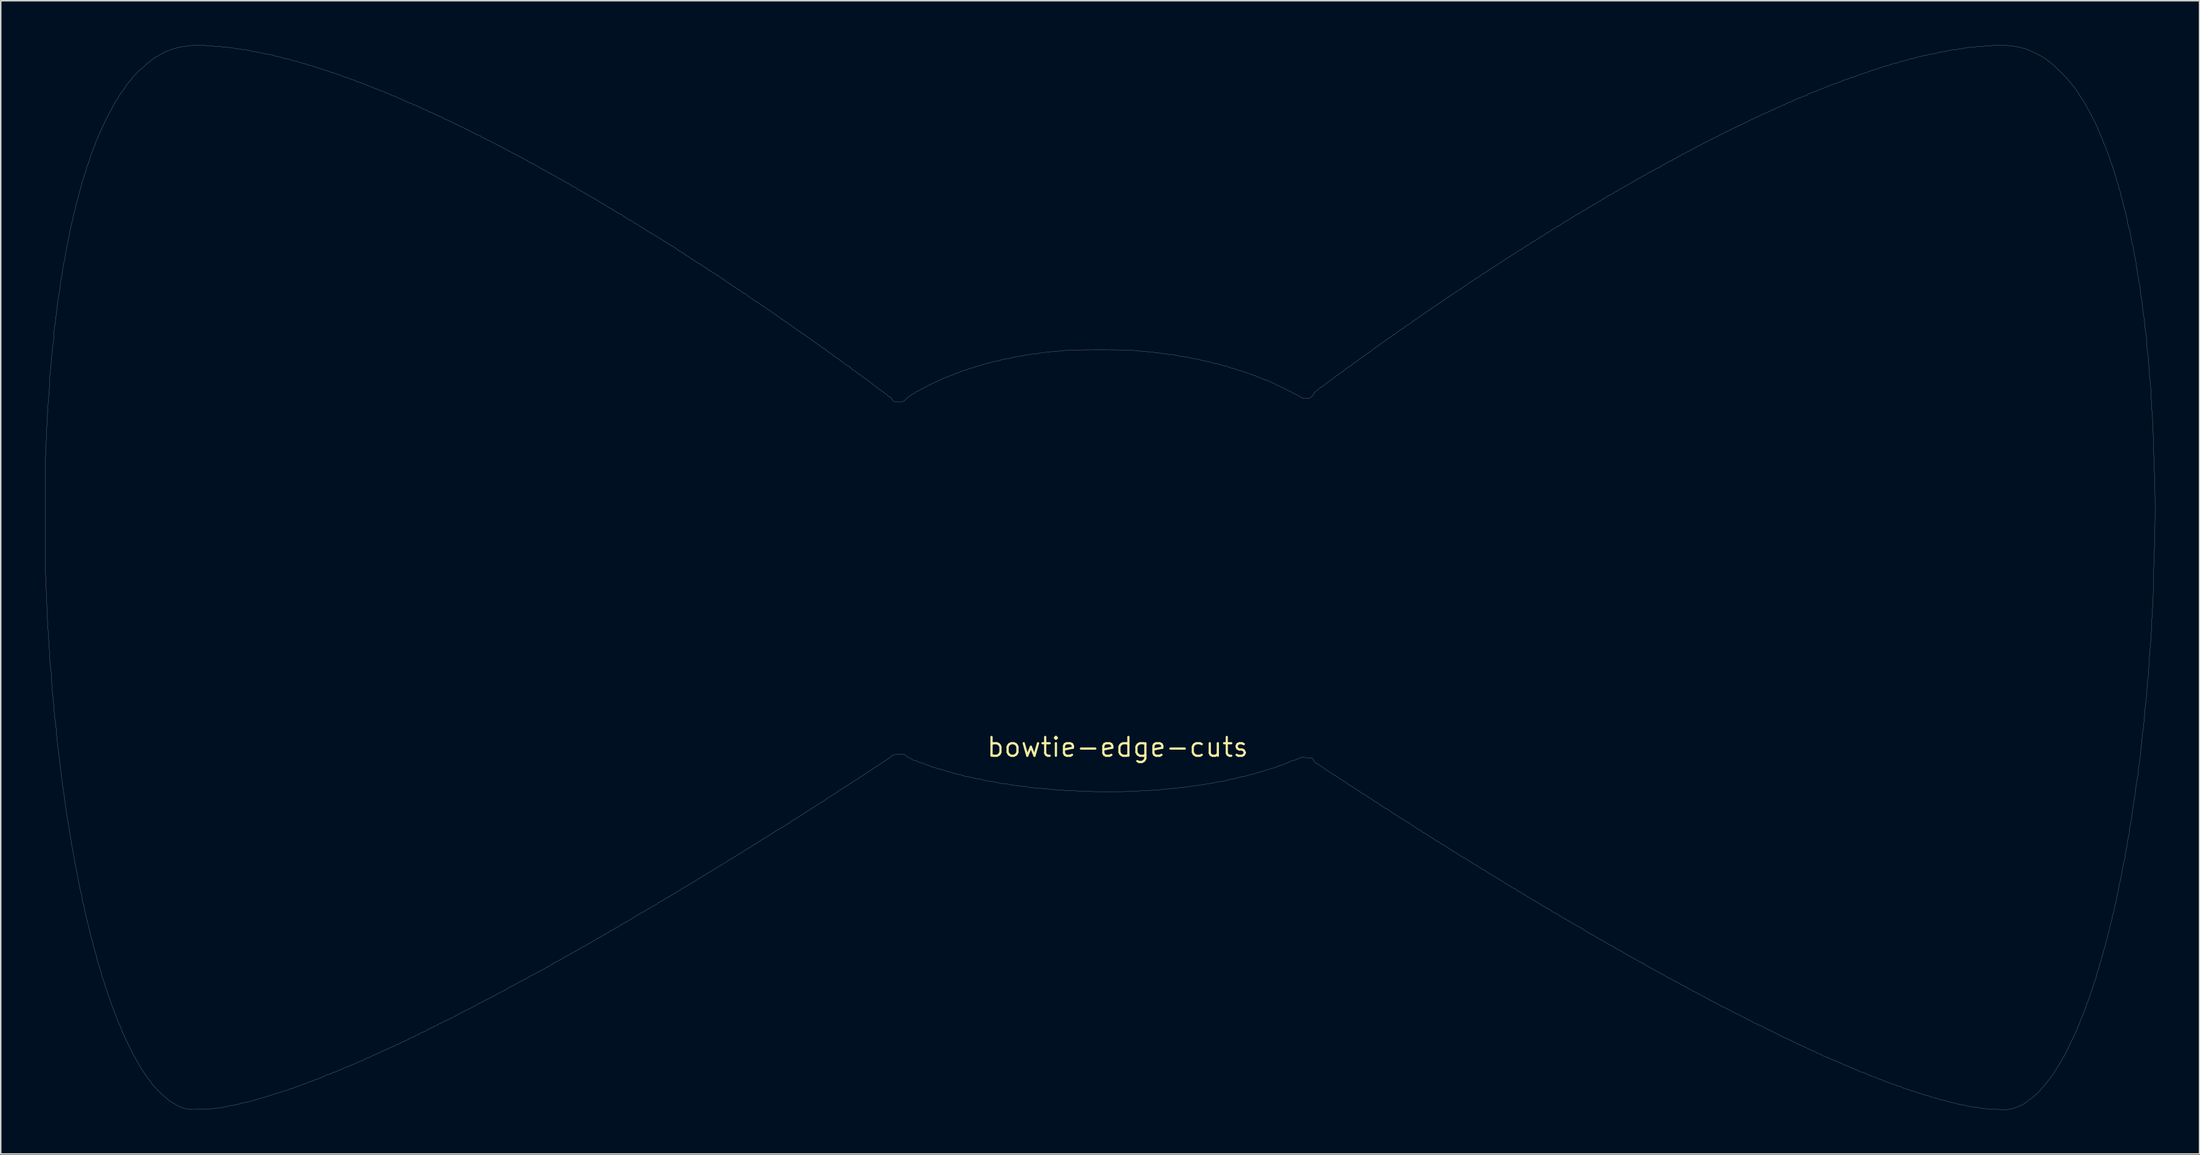
<source format=kicad_pcb>
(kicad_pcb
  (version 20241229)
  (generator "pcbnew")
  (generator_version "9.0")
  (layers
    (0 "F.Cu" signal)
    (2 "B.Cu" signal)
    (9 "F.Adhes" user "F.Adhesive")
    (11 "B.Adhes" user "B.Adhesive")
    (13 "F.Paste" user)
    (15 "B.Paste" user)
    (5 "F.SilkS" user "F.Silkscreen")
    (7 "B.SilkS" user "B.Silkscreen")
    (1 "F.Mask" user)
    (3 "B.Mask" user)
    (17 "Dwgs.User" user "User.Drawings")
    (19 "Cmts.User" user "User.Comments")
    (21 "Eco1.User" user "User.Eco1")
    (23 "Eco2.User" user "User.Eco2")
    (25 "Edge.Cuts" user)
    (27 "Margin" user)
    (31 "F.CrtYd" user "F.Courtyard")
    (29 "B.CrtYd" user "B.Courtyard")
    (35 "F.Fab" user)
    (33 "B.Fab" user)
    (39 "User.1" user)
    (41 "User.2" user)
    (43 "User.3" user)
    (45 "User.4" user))
  (footprint "bowtie-edge-cuts"
    (layer "F.Cu")
    (at 72.514 47.486)
    (property "Reference" "bowtie-edge-cuts" (at 0 0 0) (layer "F.SilkS") (effects (font (size 1.27 1.27) (thickness 0.15))))
    (attr through_hole)
    (fp_poly (pts (xy -72.509 -15.685) (xy -72.508 -15.126) (xy -72.507 -14.577) (xy -72.506 -14.044) (xy -72.503 -13.537) (xy -72.5 -13.064) (xy -72.497 -12.633) (xy -72.493 -12.254) (xy -72.488 -11.934) (xy -72.482 -11.682) (xy -72.476 -11.515) (xy -72.465 -11.268) (xy -72.452 -10.957) (xy -72.437 -10.603) (xy -72.422 -10.226) (xy -72.407 -9.846) (xy -72.394 -9.525) (xy -72.38 -9.175) (xy -72.364 -8.824) (xy -72.348 -8.489) (xy -72.331 -8.186) (xy -72.316 -7.934) (xy -72.302 -7.748) (xy -72.302 -7.747) (xy -72.285 -7.529) (xy -72.267 -7.252) (xy -72.249 -6.941) (xy -72.232 -6.622) (xy -72.219 -6.361) (xy -72.206 -6.089) (xy -72.19 -5.836) (xy -72.173 -5.618) (xy -72.157 -5.452) (xy -72.142 -5.352) (xy -72.141 -5.345) (xy -72.125 -5.248) (xy -72.108 -5.085) (xy -72.092 -4.875) (xy -72.078 -4.638) (xy -72.072 -4.508) (xy -72.06 -4.254) (xy -72.045 -4.008) (xy -72.028 -3.792) (xy -72.012 -3.628) (xy -72.005 -3.577) (xy -71.988 -3.441) (xy -71.968 -3.244) (xy -71.948 -3.01) (xy -71.929 -2.762) (xy -71.924 -2.688) (xy -71.906 -2.445) (xy -71.886 -2.213) (xy -71.865 -2.015) (xy -71.846 -1.873) (xy -71.84 -1.841) (xy -71.82 -1.716) (xy -71.797 -1.531) (xy -71.775 -1.312) (xy -71.756 -1.082) (xy -71.756 -1.079) (xy -71.737 -0.844) (xy -71.718 -0.628) (xy -71.697 -0.412) (xy -71.67 -0.175) (xy -71.636 0.101) (xy -71.593 0.437) (xy -71.582 0.519) (xy -71.558 0.71) (xy -71.529 0.95) (xy -71.5 1.205) (xy -71.48 1.376) (xy -71.409 1.983) (xy -71.34 2.51) (xy -71.283 2.9) (xy -71.256 3.08) (xy -71.224 3.305) (xy -71.192 3.536) (xy -71.181 3.619) (xy -71.129 4.017) (xy -71.084 4.344) (xy -71.043 4.615) (xy -71.005 4.842) (xy -70.972 5.016) (xy -70.933 5.226) (xy -70.894 5.458) (xy -70.871 5.609) (xy -70.813 6.001) (xy -70.763 6.319) (xy -70.721 6.573) (xy -70.692 6.731) (xy -70.633 7.043) (xy -70.57 7.391) (xy -70.511 7.728) (xy -70.486 7.874) (xy -70.454 8.055) (xy -70.418 8.235) (xy -70.394 8.34) (xy -70.363 8.48) (xy -70.326 8.664) (xy -70.292 8.848) (xy -70.238 9.148) (xy -70.195 9.38) (xy -70.16 9.557) (xy -70.129 9.695) (xy -70.1 9.807) (xy -70.084 9.864) (xy -70.044 10.026) (xy -70.012 10.211) (xy -70.004 10.277) (xy -69.985 10.414) (xy -69.961 10.519) (xy -69.947 10.553) (xy -69.923 10.619) (xy -69.892 10.742) (xy -69.864 10.88) (xy -69.83 11.058) (xy -69.793 11.233) (xy -69.769 11.335) (xy -69.703 11.594) (xy -69.641 11.851) (xy -69.574 12.13) (xy -69.499 12.453) (xy -69.448 12.674) (xy -69.409 12.831) (xy -69.37 12.964) (xy -69.341 13.041) (xy -69.306 13.144) (xy -69.3 13.195) (xy -69.297 13.237) (xy -69.284 13.302) (xy -69.259 13.402) (xy -69.218 13.549) (xy -69.158 13.752) (xy -69.077 14.024) (xy -69.068 14.055) (xy -69.025 14.22) (xy -68.988 14.389) (xy -68.982 14.425) (xy -68.957 14.54) (xy -68.928 14.615) (xy -68.919 14.626) (xy -68.891 14.678) (xy -68.862 14.782) (xy -68.854 14.827) (xy -68.82 14.972) (xy -68.775 15.1) (xy -68.765 15.121) (xy -68.722 15.236) (xy -68.707 15.327) (xy -68.689 15.428) (xy -68.646 15.548) (xy -68.645 15.551) (xy -68.593 15.685) (xy -68.547 15.836) (xy -68.543 15.854) (xy -68.426 16.243) (xy -68.345 16.447) (xy -68.296 16.582) (xy -68.26 16.722) (xy -68.223 16.848) (xy -68.174 16.95) (xy -68.172 16.953) (xy -68.126 17.045) (xy -68.114 17.101) (xy -68.1 17.173) (xy -68.062 17.294) (xy -68.024 17.398) (xy -67.962 17.563) (xy -67.9 17.725) (xy -67.872 17.801) (xy -67.817 17.944) (xy -67.762 18.079) (xy -67.754 18.098) (xy -67.703 18.224) (xy -67.669 18.33) (xy -67.637 18.419) (xy -67.58 18.556) (xy -67.508 18.714) (xy -67.497 18.738) (xy -67.428 18.887) (xy -67.377 19.01) (xy -67.353 19.084) (xy -67.352 19.091) (xy -67.334 19.164) (xy -67.294 19.255) (xy -67.238 19.367) (xy -67.156 19.539) (xy -67.056 19.756) (xy -66.945 19.999) (xy -66.943 20.003) (xy -66.89 20.112) (xy -66.845 20.193) (xy -66.808 20.262) (xy -66.748 20.382) (xy -66.678 20.528) (xy -66.676 20.532) (xy -66.583 20.722) (xy -66.475 20.927) (xy -66.4 21.061) (xy -66.318 21.203) (xy -66.249 21.326) (xy -66.209 21.399) (xy -66.117 21.564) (xy -65.997 21.76) (xy -65.86 21.97) (xy -65.719 22.178) (xy -65.586 22.364) (xy -65.472 22.511) (xy -65.394 22.597) (xy -65.336 22.672) (xy -65.32 22.719) (xy -65.292 22.767) (xy -65.214 22.861) (xy -65.1 22.987) (xy -64.961 23.133) (xy -64.811 23.286) (xy -64.662 23.434) (xy -64.527 23.563) (xy -64.418 23.661) (xy -64.347 23.715) (xy -64.336 23.721) (xy -64.274 23.761) (xy -64.262 23.787) (xy -64.228 23.828) (xy -64.14 23.895) (xy -64.027 23.968) (xy -63.872 24.061) (xy -63.721 24.152) (xy -63.635 24.203) (xy -63.529 24.265) (xy -63.451 24.307) (xy -63.437 24.313) (xy -63.25 24.379) (xy -63.105 24.429) (xy -62.983 24.463) (xy -62.866 24.485) (xy -62.738 24.497) (xy -62.58 24.501) (xy -62.376 24.5) (xy -62.106 24.495) (xy -62.061 24.494) (xy -61.692 24.483) (xy -61.345 24.464) (xy -61.04 24.439) (xy -60.798 24.409) (xy -60.791 24.408) (xy -60.585 24.373) (xy -60.393 24.338) (xy -60.24 24.307) (xy -60.177 24.293) (xy -60.048 24.264) (xy -59.874 24.23) (xy -59.691 24.197) (xy -59.69 24.197) (xy -59.522 24.165) (xy -59.378 24.13) (xy -59.285 24.098) (xy -59.28 24.095) (xy -59.165 24.057) (xy -59.068 24.046) (xy -58.968 24.034) (xy -58.82 24.003) (xy -58.654 23.958) (xy -58.653 23.958) (xy -58.446 23.897) (xy -58.216 23.83) (xy -58.06 23.786) (xy -57.892 23.738) (xy -57.739 23.692) (xy -57.637 23.659) (xy -57.513 23.621) (xy -57.362 23.58) (xy -57.319 23.57) (xy -57.183 23.531) (xy -57.071 23.484) (xy -57.045 23.468) (xy -56.939 23.424) (xy -56.843 23.41) (xy -56.729 23.391) (xy -56.593 23.342) (xy -56.557 23.326) (xy -56.431 23.272) (xy -56.318 23.243) (xy -56.293 23.241) (xy -56.179 23.217) (xy -56.11 23.181) (xy -56.011 23.134) (xy -55.88 23.096) (xy -55.857 23.092) (xy -55.722 23.057) (xy -55.609 23.011) (xy -55.596 23.003) (xy -55.504 22.958) (xy -55.446 22.945) (xy -55.376 22.926) (xy -55.266 22.881) (xy -55.224 22.86) (xy -55.101 22.807) (xy -54.995 22.777) (xy -54.971 22.775) (xy -54.878 22.752) (xy -54.767 22.696) (xy -54.758 22.691) (xy -54.648 22.633) (xy -54.552 22.607) (xy -54.545 22.606) (xy -54.442 22.582) (xy -54.376 22.548) (xy -54.276 22.499) (xy -54.15 22.459) (xy -54.144 22.458) (xy -54.053 22.436) (xy -53.963 22.405) (xy -53.854 22.357) (xy -53.703 22.282) (xy -53.607 22.232) (xy -53.487 22.177) (xy -53.39 22.144) (xy -53.363 22.14) (xy -53.286 22.121) (xy -53.174 22.074) (xy -53.139 22.056) (xy -53.028 22.003) (xy -52.944 21.973) (xy -52.928 21.971) (xy -52.859 21.952) (xy -52.752 21.905) (xy -52.716 21.886) (xy -52.6 21.833) (xy -52.507 21.804) (xy -52.489 21.802) (xy -52.404 21.771) (xy -52.366 21.738) (xy -52.291 21.684) (xy -52.249 21.675) (xy -52.175 21.658) (xy -52.058 21.615) (xy -51.99 21.585) (xy -51.846 21.521) (xy -51.711 21.463) (xy -51.668 21.445) (xy -51.55 21.395) (xy -51.405 21.329) (xy -51.35 21.303) (xy -51.212 21.243) (xy -51.085 21.197) (xy -51.045 21.185) (xy -50.941 21.144) (xy -50.881 21.099) (xy -50.807 21.047) (xy -50.77 21.04) (xy -50.689 21.021) (xy -50.595 20.979) (xy -50.469 20.916) (xy -50.297 20.836) (xy -50.109 20.752) (xy -49.996 20.703) (xy -49.891 20.656) (xy -49.826 20.623) (xy -49.746 20.582) (xy -49.633 20.529) (xy -49.615 20.52) (xy -49.493 20.466) (xy -49.335 20.394) (xy -49.226 20.345) (xy -49.093 20.287) (xy -48.991 20.248) (xy -48.945 20.235) (xy -48.887 20.206) (xy -48.856 20.176) (xy -48.783 20.128) (xy -48.671 20.092) (xy -48.665 20.09) (xy -48.552 20.054) (xy -48.473 20.004) (xy -48.471 20.001) (xy -48.401 19.948) (xy -48.365 19.939) (xy -48.301 19.92) (xy -48.191 19.874) (xy -48.062 19.812) (xy -47.942 19.749) (xy -47.857 19.698) (xy -47.837 19.681) (xy -47.784 19.654) (xy -47.686 19.625) (xy -47.675 19.623) (xy -47.573 19.587) (xy -47.515 19.541) (xy -47.513 19.537) (xy -47.461 19.493) (xy -47.361 19.457) (xy -47.347 19.454) (xy -47.25 19.426) (xy -47.203 19.393) (xy -47.202 19.388) (xy -47.166 19.35) (xy -47.085 19.319) (xy -46.974 19.279) (xy -46.827 19.213) (xy -46.68 19.137) (xy -46.568 19.068) (xy -46.55 19.055) (xy -46.475 19.015) (xy -46.397 18.987) (xy -46.29 18.942) (xy -46.228 18.903) (xy -46.139 18.853) (xy -46.048 18.822) (xy -45.964 18.79) (xy -45.932 18.754) (xy -45.895 18.72) (xy -45.803 18.681) (xy -45.762 18.669) (xy -45.657 18.632) (xy -45.598 18.594) (xy -45.593 18.583) (xy -45.559 18.546) (xy -45.535 18.542) (xy -45.478 18.524) (xy -45.366 18.476) (xy -45.22 18.409) (xy -45.059 18.332) (xy -44.904 18.254) (xy -44.775 18.186) (xy -44.693 18.138) (xy -44.683 18.13) (xy -44.615 18.087) (xy -44.535 18.045) (xy -44.431 17.992) (xy -44.365 17.955) (xy -44.303 17.923) (xy -44.182 17.862) (xy -44.023 17.784) (xy -43.879 17.713) (xy -43.706 17.628) (xy -43.564 17.556) (xy -43.467 17.506) (xy -43.434 17.485) (xy -43.388 17.456) (xy -43.287 17.401) (xy -43.152 17.331) (xy -43.138 17.324) (xy -42.993 17.25) (xy -42.872 17.188) (xy -42.801 17.15) (xy -42.799 17.149) (xy -42.728 17.111) (xy -42.61 17.051) (xy -42.503 16.999) (xy -42.367 16.932) (xy -42.257 16.876) (xy -42.206 16.848) (xy -41.998 16.729) (xy -41.808 16.624) (xy -41.652 16.543) (xy -41.547 16.495) (xy -41.53 16.489) (xy -41.432 16.445) (xy -41.299 16.369) (xy -41.164 16.281) (xy -41.076 16.214) (xy -40.993 16.175) (xy -40.965 16.171) (xy -40.891 16.147) (xy -40.804 16.092) (xy -40.698 16.024) (xy -40.612 15.985) (xy -40.514 15.934) (xy -40.469 15.895) (xy -40.388 15.841) (xy -40.344 15.833) (xy -40.254 15.802) (xy -40.219 15.772) (xy -40.142 15.719) (xy -40.044 15.684) (xy -39.957 15.655) (xy -39.92 15.622) (xy -39.92 15.622) (xy -39.885 15.589) (xy -39.791 15.531) (xy -39.657 15.459) (xy -39.613 15.437) (xy -39.437 15.348) (xy -39.232 15.241) (xy -39.014 15.125) (xy -38.796 15.006) (xy -38.591 14.893) (xy -38.415 14.793) (xy -38.279 14.713) (xy -38.199 14.662) (xy -38.185 14.65) (xy -38.139 14.62) (xy -38.039 14.564) (xy -37.904 14.493) (xy -37.888 14.485) (xy -37.731 14.402) (xy -37.585 14.322) (xy -37.486 14.264) (xy -37.355 14.187) (xy -37.232 14.12) (xy -37.134 14.067) (xy -36.991 13.988) (xy -36.832 13.897) (xy -36.809 13.884) (xy -36.648 13.793) (xy -36.497 13.712) (xy -36.386 13.655) (xy -36.375 13.65) (xy -36.284 13.599) (xy -36.238 13.555) (xy -36.237 13.549) (xy -36.201 13.515) (xy -36.113 13.484) (xy -36.111 13.483) (xy -36.013 13.452) (xy -35.96 13.416) (xy -35.907 13.372) (xy -35.812 13.319) (xy -35.801 13.313) (xy -35.665 13.242) (xy -35.539 13.166) (xy -35.409 13.085) (xy -35.285 13.014) (xy -35.004 12.862) (xy -34.778 12.727) (xy -34.734 12.699) (xy -34.6 12.619) (xy -34.47 12.551) (xy -34.379 12.499) (xy -34.334 12.454) (xy -34.332 12.449) (xy -34.296 12.414) (xy -34.208 12.383) (xy -34.208 12.383) (xy -34.101 12.344) (xy -34.034 12.295) (xy -33.965 12.243) (xy -33.931 12.234) (xy -33.862 12.21) (xy -33.777 12.155) (xy -33.678 12.086) (xy -33.531 11.995) (xy -33.36 11.896) (xy -33.193 11.804) (xy -33.105 11.759) (xy -33.009 11.705) (xy -32.88 11.624) (xy -32.806 11.574) (xy -32.68 11.493) (xy -32.567 11.431) (xy -32.52 11.411) (xy -32.448 11.375) (xy -32.427 11.347) (xy -32.392 11.307) (xy -32.311 11.264) (xy -32.201 11.212) (xy -32.067 11.139) (xy -32.025 11.114) (xy -31.903 11.041) (xy -31.798 10.979) (xy -31.771 10.964) (xy -31.683 10.914) (xy -31.562 10.842) (xy -31.517 10.814) (xy -31.386 10.74) (xy -31.263 10.678) (xy -31.231 10.664) (xy -31.148 10.62) (xy -31.115 10.58) (xy -31.08 10.539) (xy -30.996 10.487) (xy -30.977 10.478) (xy -30.852 10.413) (xy -30.708 10.333) (xy -30.671 10.31) (xy -30.548 10.237) (xy -30.443 10.176) (xy -30.416 10.161) (xy -30.326 10.11) (xy -30.207 10.04) (xy -30.176 10.021) (xy -30.053 9.948) (xy -29.897 9.855) (xy -29.773 9.782) (xy -29.646 9.704) (xy -29.549 9.64) (xy -29.505 9.605) (xy -29.454 9.565) (xy -29.378 9.525) (xy -29.322 9.499) (xy -29.257 9.464) (xy -29.167 9.413) (xy -29.041 9.338) (xy -28.865 9.231) (xy -28.723 9.144) (xy -28.572 9.052) (xy -28.427 8.964) (xy -28.34 8.911) (xy -28.227 8.843) (xy -28.078 8.752) (xy -27.959 8.678) (xy -27.725 8.534) (xy -27.553 8.43) (xy -27.434 8.36) (xy -27.359 8.319) (xy -27.347 8.313) (xy -27.278 8.272) (xy -27.169 8.201) (xy -27.093 8.149) (xy -26.939 8.048) (xy -26.773 7.949) (xy -26.712 7.915) (xy -26.585 7.843) (xy -26.48 7.776) (xy -26.447 7.752) (xy -26.287 7.642) (xy -26.077 7.527) (xy -25.982 7.473) (xy -25.854 7.391) (xy -25.771 7.335) (xy -25.656 7.26) (xy -25.568 7.21) (xy -25.534 7.197) (xy -25.482 7.173) (xy -25.387 7.113) (xy -25.311 7.058) (xy -25.184 6.968) (xy -25.067 6.893) (xy -25.019 6.866) (xy -24.821 6.758) (xy -24.683 6.664) (xy -24.646 6.632) (xy -24.569 6.578) (xy -24.524 6.562) (xy -24.468 6.538) (xy -24.371 6.477) (xy -24.295 6.423) (xy -24.168 6.333) (xy -24.051 6.258) (xy -24.003 6.231) (xy -23.788 6.113) (xy -23.521 5.945) (xy -23.338 5.821) (xy -23.083 5.653) (xy -22.871 5.529) (xy -22.746 5.466) (xy -22.661 5.418) (xy -22.539 5.34) (xy -22.439 5.272) (xy -22.321 5.193) (xy -22.227 5.139) (xy -22.185 5.122) (xy -22.128 5.091) (xy -22.111 5.069) (xy -22.021 4.984) (xy -21.855 4.884) (xy -21.802 4.857) (xy -21.726 4.814) (xy -21.597 4.735) (xy -21.434 4.632) (xy -21.254 4.515) (xy -21.251 4.514) (xy -21.065 4.392) (xy -20.891 4.279) (xy -20.748 4.187) (xy -20.659 4.13) (xy -20.541 4.056) (xy -20.39 3.959) (xy -20.278 3.887) (xy -20.114 3.783) (xy -19.942 3.679) (xy -19.844 3.621) (xy -19.732 3.551) (xy -19.659 3.492) (xy -19.643 3.467) (xy -19.609 3.431) (xy -19.593 3.429) (xy -19.541 3.407) (xy -19.44 3.35) (xy -19.311 3.271) (xy -19.174 3.183) (xy -19.049 3.099) (xy -18.958 3.033) (xy -18.923 3.002) (xy -18.873 2.965) (xy -18.796 2.922) (xy -18.716 2.875) (xy -18.587 2.793) (xy -18.431 2.691) (xy -18.339 2.629) (xy -18.058 2.442) (xy -17.838 2.303) (xy -17.674 2.207) (xy -17.588 2.164) (xy -17.49 2.101) (xy -17.445 2.058) (xy -17.384 2.002) (xy -17.355 1.99) (xy -17.309 1.967) (xy -17.208 1.905) (xy -17.063 1.811) (xy -16.888 1.695) (xy -16.808 1.64) (xy -16.613 1.508) (xy -16.431 1.386) (xy -16.278 1.286) (xy -16.173 1.219) (xy -16.153 1.206) (xy -16.042 1.137) (xy -15.896 1.04) (xy -15.768 0.953) (xy -15.634 0.859) (xy -15.517 0.781) (xy -15.446 0.736) (xy -15.354 0.672) (xy -15.266 0.597) (xy -15.198 0.548) (xy -15.105 0.515) (xy -14.965 0.493) (xy -14.802 0.479) (xy -14.624 0.468) (xy -14.51 0.467) (xy -14.437 0.481) (xy -14.383 0.514) (xy -14.33 0.567) (xy -14.216 0.661) (xy -14.089 0.729) (xy -14.086 0.73) (xy -13.975 0.779) (xy -13.895 0.832) (xy -13.893 0.833) (xy -13.804 0.881) (xy -13.755 0.889) (xy -13.667 0.908) (xy -13.549 0.957) (xy -13.515 0.974) (xy -13.387 1.028) (xy -13.268 1.057) (xy -13.246 1.058) (xy -13.142 1.08) (xy -13.084 1.119) (xy -13.012 1.163) (xy -12.896 1.201) (xy -12.859 1.208) (xy -12.734 1.241) (xy -12.64 1.284) (xy -12.625 1.296) (xy -12.536 1.347) (xy -12.487 1.355) (xy -12.403 1.37) (xy -12.276 1.408) (xy -12.192 1.439) (xy -12.053 1.488) (xy -11.932 1.518) (xy -11.884 1.524) (xy -11.779 1.544) (xy -11.668 1.588) (xy -11.543 1.637) (xy -11.395 1.675) (xy -11.371 1.678) (xy -11.231 1.709) (xy -11.109 1.75) (xy -11.091 1.758) (xy -10.988 1.794) (xy -10.842 1.828) (xy -10.759 1.841) (xy -10.607 1.87) (xy -10.471 1.909) (xy -10.421 1.93) (xy -10.292 1.974) (xy -10.176 1.989) (xy -10.065 2.003) (xy -9.912 2.036) (xy -9.779 2.074) (xy -9.615 2.119) (xy -9.461 2.15) (xy -9.37 2.159) (xy -9.227 2.176) (xy -9.084 2.219) (xy -9.083 2.219) (xy -8.965 2.254) (xy -8.801 2.287) (xy -8.65 2.306) (xy -8.461 2.33) (xy -8.27 2.364) (xy -8.149 2.392) (xy -7.993 2.426) (xy -7.798 2.457) (xy -7.633 2.474) (xy -7.463 2.492) (xy -7.311 2.517) (xy -7.213 2.542) (xy -7.124 2.563) (xy -6.973 2.586) (xy -6.784 2.608) (xy -6.628 2.622) (xy -6.427 2.641) (xy -6.247 2.662) (xy -6.113 2.685) (xy -6.054 2.7) (xy -5.97 2.719) (xy -5.823 2.739) (xy -5.635 2.757) (xy -5.461 2.769) (xy -5.197 2.788) (xy -4.897 2.814) (xy -4.61 2.844) (xy -4.487 2.858) (xy -4.326 2.874) (xy -4.093 2.892) (xy -3.801 2.91) (xy -3.461 2.929) (xy -3.087 2.947) (xy -2.691 2.965) (xy -2.285 2.981) (xy -1.882 2.996) (xy -1.495 3.008) (xy -1.136 3.018) (xy -0.818 3.024) (xy -0.593 3.026) (xy -0.33 3.024) (xy -0.01 3.017) (xy 0.353 3.006) (xy 0.744 2.992) (xy 1.151 2.976) (xy 1.557 2.957) (xy 1.949 2.937) (xy 2.312 2.916) (xy 2.632 2.896) (xy 2.894 2.876) (xy 3.069 2.859) (xy 3.335 2.829) (xy 3.625 2.799) (xy 3.902 2.771) (xy 4.085 2.754) (xy 4.311 2.732) (xy 4.539 2.707) (xy 4.737 2.683) (xy 4.826 2.67) (xy 5.023 2.64) (xy 5.247 2.607) (xy 5.397 2.586) (xy 5.812 2.525) (xy 6.156 2.471) (xy 6.424 2.424) (xy 6.498 2.41) (xy 6.641 2.382) (xy 6.832 2.349) (xy 7.036 2.316) (xy 7.086 2.308) (xy 7.259 2.277) (xy 7.401 2.244) (xy 7.49 2.214) (xy 7.507 2.204) (xy 7.576 2.175) (xy 7.689 2.16) (xy 7.714 2.159) (xy 7.846 2.144) (xy 8.012 2.107) (xy 8.117 2.074) (xy 8.269 2.028) (xy 8.408 1.997) (xy 8.477 1.99) (xy 8.601 1.973) (xy 8.734 1.932) (xy 8.737 1.931) (xy 8.873 1.885) (xy 9.031 1.847) (xy 9.064 1.841) (xy 9.206 1.809) (xy 9.331 1.768) (xy 9.356 1.757) (xy 9.466 1.716) (xy 9.608 1.68) (xy 9.645 1.673) (xy 9.789 1.639) (xy 9.918 1.595) (xy 9.941 1.583) (xy 10.044 1.54) (xy 10.118 1.524) (xy 10.193 1.51) (xy 10.323 1.475) (xy 10.482 1.425) (xy 10.648 1.368) (xy 10.795 1.314) (xy 10.858 1.287) (xy 10.994 1.236) (xy 11.113 1.202) (xy 11.245 1.163) (xy 11.345 1.123) (xy 11.448 1.074) (xy 11.584 1.008) (xy 11.642 0.98) (xy 11.769 0.926) (xy 11.875 0.894) (xy 11.908 0.889) (xy 11.994 0.87) (xy 12.11 0.824) (xy 12.141 0.809) (xy 12.316 0.729) (xy 12.461 0.68) (xy 12.561 0.666) (xy 12.596 0.681) (xy 12.648 0.701) (xy 12.759 0.715) (xy 12.891 0.72) (xy 13.039 0.722) (xy 13.126 0.735) (xy 13.177 0.77) (xy 13.217 0.835) (xy 13.227 0.857) (xy 13.307 0.975) (xy 13.407 1.067) (xy 13.409 1.068) (xy 13.654 1.226) (xy 13.948 1.423) (xy 14.273 1.647) (xy 14.308 1.672) (xy 14.422 1.75) (xy 14.506 1.804) (xy 14.539 1.82) (xy 14.579 1.843) (xy 14.675 1.903) (xy 14.809 1.991) (xy 14.934 2.074) (xy 15.092 2.179) (xy 15.228 2.262) (xy 15.324 2.315) (xy 15.359 2.328) (xy 15.406 2.354) (xy 15.409 2.368) (xy 15.438 2.404) (xy 15.526 2.47) (xy 15.678 2.567) (xy 15.9 2.699) (xy 15.991 2.752) (xy 16.101 2.826) (xy 16.178 2.889) (xy 16.262 2.947) (xy 16.32 2.963) (xy 16.376 2.985) (xy 16.383 3.003) (xy 16.397 3.033) (xy 16.448 3.074) (xy 16.548 3.133) (xy 16.711 3.22) (xy 16.721 3.226) (xy 16.831 3.296) (xy 16.901 3.355) (xy 16.977 3.412) (xy 17.024 3.429) (xy 17.082 3.454) (xy 17.178 3.519) (xy 17.254 3.577) (xy 17.366 3.66) (xy 17.461 3.714) (xy 17.501 3.725) (xy 17.56 3.744) (xy 17.568 3.761) (xy 17.601 3.798) (xy 17.688 3.864) (xy 17.807 3.948) (xy 17.939 4.035) (xy 18.065 4.112) (xy 18.165 4.166) (xy 18.196 4.179) (xy 18.289 4.23) (xy 18.33 4.262) (xy 18.418 4.332) (xy 18.531 4.409) (xy 18.643 4.478) (xy 18.729 4.522) (xy 18.756 4.53) (xy 18.795 4.559) (xy 18.796 4.567) (xy 18.831 4.607) (xy 18.916 4.654) (xy 18.923 4.657) (xy 19.01 4.702) (xy 19.05 4.742) (xy 19.05 4.744) (xy 19.085 4.782) (xy 19.143 4.807) (xy 19.228 4.848) (xy 19.35 4.92) (xy 19.439 4.98) (xy 19.555 5.057) (xy 19.645 5.108) (xy 19.682 5.122) (xy 19.743 5.149) (xy 19.777 5.178) (xy 19.854 5.241) (xy 19.977 5.328) (xy 20.122 5.424) (xy 20.265 5.513) (xy 20.383 5.58) (xy 20.445 5.608) (xy 20.514 5.647) (xy 20.532 5.677) (xy 20.566 5.721) (xy 20.629 5.754) (xy 20.687 5.78) (xy 20.767 5.824) (xy 20.879 5.893) (xy 21.033 5.992) (xy 21.241 6.129) (xy 21.384 6.224) (xy 21.52 6.311) (xy 21.64 6.379) (xy 21.712 6.412) (xy 21.783 6.449) (xy 21.802 6.477) (xy 21.837 6.517) (xy 21.892 6.542) (xy 21.973 6.58) (xy 22.095 6.65) (xy 22.22 6.73) (xy 22.364 6.825) (xy 22.558 6.951) (xy 22.776 7.091) (xy 22.996 7.231) (xy 23.194 7.356) (xy 23.262 7.398) (xy 23.37 7.457) (xy 23.452 7.496) (xy 23.538 7.541) (xy 23.579 7.575) (xy 23.625 7.612) (xy 23.722 7.677) (xy 23.834 7.745) (xy 23.989 7.837) (xy 24.176 7.951) (xy 24.356 8.063) (xy 24.363 8.067) (xy 24.509 8.158) (xy 24.632 8.233) (xy 24.712 8.278) (xy 24.723 8.284) (xy 24.791 8.323) (xy 24.9 8.394) (xy 24.987 8.453) (xy 25.102 8.53) (xy 25.192 8.581) (xy 25.227 8.594) (xy 25.289 8.62) (xy 25.323 8.648) (xy 25.382 8.692) (xy 25.496 8.765) (xy 25.646 8.856) (xy 25.739 8.911) (xy 25.894 9.002) (xy 26.021 9.079) (xy 26.101 9.13) (xy 26.12 9.145) (xy 26.165 9.178) (xy 26.263 9.238) (xy 26.383 9.308) (xy 26.511 9.384) (xy 26.607 9.447) (xy 26.648 9.482) (xy 26.702 9.516) (xy 26.797 9.546) (xy 26.886 9.577) (xy 26.924 9.613) (xy 26.924 9.614) (xy 26.958 9.66) (xy 27.019 9.696) (xy 27.099 9.738) (xy 27.226 9.812) (xy 27.375 9.904) (xy 27.411 9.927) (xy 27.564 10.022) (xy 27.702 10.105) (xy 27.799 10.16) (xy 27.813 10.167) (xy 27.917 10.225) (xy 27.982 10.269) (xy 28.056 10.318) (xy 28.172 10.385) (xy 28.236 10.421) (xy 28.393 10.509) (xy 28.561 10.611) (xy 28.617 10.647) (xy 28.854 10.796) (xy 29.042 10.902) (xy 29.178 10.966) (xy 29.261 11.011) (xy 29.295 11.049) (xy 29.329 11.088) (xy 29.411 11.131) (xy 29.582 11.211) (xy 29.732 11.296) (xy 29.833 11.37) (xy 29.837 11.374) (xy 29.912 11.422) (xy 29.947 11.43) (xy 30.014 11.459) (xy 30.078 11.515) (xy 30.16 11.579) (xy 30.223 11.599) (xy 30.301 11.629) (xy 30.364 11.684) (xy 30.451 11.749) (xy 30.522 11.769) (xy 30.591 11.785) (xy 30.607 11.808) (xy 30.641 11.85) (xy 30.726 11.907) (xy 30.756 11.924) (xy 31.006 12.054) (xy 31.189 12.15) (xy 31.315 12.218) (xy 31.393 12.263) (xy 31.432 12.289) (xy 31.433 12.289) (xy 31.511 12.345) (xy 31.629 12.422) (xy 31.766 12.508) (xy 31.903 12.59) (xy 32.018 12.657) (xy 32.092 12.695) (xy 32.106 12.7) (xy 32.167 12.725) (xy 32.212 12.759) (xy 32.283 12.809) (xy 32.403 12.881) (xy 32.533 12.952) (xy 32.687 13.035) (xy 32.829 13.115) (xy 32.914 13.166) (xy 33.02 13.228) (xy 33.166 13.31) (xy 33.295 13.379) (xy 33.433 13.454) (xy 33.545 13.519) (xy 33.603 13.557) (xy 33.67 13.6) (xy 33.783 13.663) (xy 33.879 13.713) (xy 34.039 13.798) (xy 34.199 13.89) (xy 34.269 13.933) (xy 34.428 14.031) (xy 34.62 14.144) (xy 34.82 14.256) (xy 34.999 14.352) (xy 35.123 14.414) (xy 35.221 14.467) (xy 35.28 14.513) (xy 35.282 14.516) (xy 35.338 14.553) (xy 35.433 14.584) (xy 35.534 14.619) (xy 35.591 14.662) (xy 35.644 14.707) (xy 35.748 14.773) (xy 35.856 14.833) (xy 36.017 14.918) (xy 36.177 15.005) (xy 36.258 15.051) (xy 36.389 15.125) (xy 36.554 15.215) (xy 36.682 15.284) (xy 36.845 15.371) (xy 37.006 15.461) (xy 37.105 15.518) (xy 37.229 15.588) (xy 37.394 15.678) (xy 37.565 15.767) (xy 37.571 15.77) (xy 37.759 15.867) (xy 37.89 15.935) (xy 37.983 15.985) (xy 38.059 16.027) (xy 38.089 16.045) (xy 38.18 16.095) (xy 38.291 16.154) (xy 38.39 16.207) (xy 38.534 16.286) (xy 38.694 16.374) (xy 38.714 16.385) (xy 38.911 16.492) (xy 39.13 16.61) (xy 39.306 16.702) (xy 39.503 16.806) (xy 39.723 16.924) (xy 39.899 17.021) (xy 40.055 17.106) (xy 40.194 17.18) (xy 40.292 17.229) (xy 40.301 17.233) (xy 40.406 17.284) (xy 40.471 17.319) (xy 40.557 17.367) (xy 40.64 17.409) (xy 40.741 17.468) (xy 40.802 17.515) (xy 40.875 17.562) (xy 40.908 17.569) (xy 40.969 17.588) (xy 41.079 17.637) (xy 41.19 17.692) (xy 41.301 17.75) (xy 41.471 17.837) (xy 41.685 17.946) (xy 41.926 18.069) (xy 42.178 18.196) (xy 42.197 18.206) (xy 42.432 18.326) (xy 42.64 18.433) (xy 42.809 18.524) (xy 42.929 18.59) (xy 42.988 18.626) (xy 42.991 18.63) (xy 43.044 18.661) (xy 43.135 18.69) (xy 43.242 18.729) (xy 43.309 18.778) (xy 43.39 18.826) (xy 43.458 18.838) (xy 43.545 18.854) (xy 43.581 18.878) (xy 43.626 18.91) (xy 43.733 18.97) (xy 43.89 19.052) (xy 44.081 19.148) (xy 44.186 19.2) (xy 44.394 19.3) (xy 44.577 19.391) (xy 44.721 19.462) (xy 44.811 19.509) (xy 44.831 19.52) (xy 44.916 19.566) (xy 45.046 19.627) (xy 45.235 19.71) (xy 45.297 19.737) (xy 45.423 19.793) (xy 45.523 19.84) (xy 45.551 19.855) (xy 45.662 19.915) (xy 45.832 19.999) (xy 46.041 20.097) (xy 46.207 20.173) (xy 46.38 20.252) (xy 46.583 20.346) (xy 46.762 20.43) (xy 46.91 20.498) (xy 47.03 20.549) (xy 47.1 20.573) (xy 47.106 20.574) (xy 47.167 20.603) (xy 47.201 20.636) (xy 47.277 20.687) (xy 47.389 20.724) (xy 47.395 20.725) (xy 47.507 20.76) (xy 47.584 20.809) (xy 47.586 20.811) (xy 47.65 20.862) (xy 47.678 20.87) (xy 47.74 20.887) (xy 47.847 20.929) (xy 47.906 20.955) (xy 48.069 21.03) (xy 48.24 21.108) (xy 48.275 21.124) (xy 48.394 21.175) (xy 48.484 21.205) (xy 48.508 21.209) (xy 48.574 21.228) (xy 48.678 21.275) (xy 48.715 21.294) (xy 48.824 21.347) (xy 48.906 21.376) (xy 48.921 21.378) (xy 48.986 21.408) (xy 49.022 21.442) (xy 49.107 21.496) (xy 49.156 21.505) (xy 49.246 21.524) (xy 49.365 21.57) (xy 49.395 21.585) (xy 49.653 21.71) (xy 49.849 21.791) (xy 49.962 21.826) (xy 50.066 21.866) (xy 50.126 21.912) (xy 50.208 21.962) (xy 50.261 21.971) (xy 50.349 21.988) (xy 50.474 22.032) (xy 50.541 22.06) (xy 50.686 22.126) (xy 50.821 22.188) (xy 50.864 22.207) (xy 50.994 22.258) (xy 51.107 22.292) (xy 51.223 22.329) (xy 51.357 22.387) (xy 51.381 22.399) (xy 51.495 22.45) (xy 51.587 22.478) (xy 51.603 22.48) (xy 51.686 22.506) (xy 51.75 22.544) (xy 51.841 22.594) (xy 51.898 22.607) (xy 51.975 22.626) (xy 52.09 22.671) (xy 52.133 22.691) (xy 52.255 22.742) (xy 52.355 22.771) (xy 52.377 22.774) (xy 52.46 22.794) (xy 52.575 22.843) (xy 52.609 22.86) (xy 52.732 22.914) (xy 52.84 22.943) (xy 52.861 22.945) (xy 52.946 22.961) (xy 52.979 22.986) (xy 53.033 23.021) (xy 53.138 23.06) (xy 53.183 23.073) (xy 53.332 23.118) (xy 53.473 23.17) (xy 53.495 23.18) (xy 53.609 23.223) (xy 53.703 23.242) (xy 53.706 23.242) (xy 53.792 23.261) (xy 53.912 23.306) (xy 53.954 23.326) (xy 54.076 23.377) (xy 54.177 23.406) (xy 54.199 23.409) (xy 54.292 23.429) (xy 54.39 23.47) (xy 54.504 23.513) (xy 54.652 23.55) (xy 54.706 23.559) (xy 54.829 23.584) (xy 54.911 23.611) (xy 54.929 23.624) (xy 54.979 23.651) (xy 55.086 23.684) (xy 55.193 23.708) (xy 55.333 23.742) (xy 55.44 23.776) (xy 55.482 23.796) (xy 55.549 23.823) (xy 55.667 23.85) (xy 55.736 23.861) (xy 55.883 23.888) (xy 56.012 23.925) (xy 56.05 23.941) (xy 56.156 23.98) (xy 56.301 24.015) (xy 56.367 24.026) (xy 56.521 24.056) (xy 56.662 24.094) (xy 56.705 24.11) (xy 56.819 24.143) (xy 56.975 24.174) (xy 57.087 24.189) (xy 57.26 24.216) (xy 57.428 24.253) (xy 57.51 24.277) (xy 57.66 24.315) (xy 57.834 24.337) (xy 57.892 24.34) (xy 58.063 24.354) (xy 58.253 24.387) (xy 58.337 24.407) (xy 58.495 24.438) (xy 58.732 24.463) (xy 59.051 24.483) (xy 59.421 24.497) (xy 59.712 24.506) (xy 59.933 24.51) (xy 60.101 24.509) (xy 60.23 24.503) (xy 60.335 24.489) (xy 60.432 24.467) (xy 60.537 24.436) (xy 60.606 24.413) (xy 60.866 24.319) (xy 61.104 24.214) (xy 61.304 24.107) (xy 61.451 24.006) (xy 61.523 23.93) (xy 61.584 23.88) (xy 61.608 23.875) (xy 61.669 23.846) (xy 61.779 23.765) (xy 61.927 23.639) (xy 62.105 23.478) (xy 62.145 23.44) (xy 62.351 23.231) (xy 62.577 22.977) (xy 62.81 22.697) (xy 63.036 22.407) (xy 63.243 22.124) (xy 63.416 21.865) (xy 63.543 21.647) (xy 63.55 21.632) (xy 63.599 21.547) (xy 63.631 21.505) (xy 63.664 21.459) (xy 63.72 21.36) (xy 63.778 21.251) (xy 63.845 21.125) (xy 63.899 21.033) (xy 63.925 20.997) (xy 63.963 20.948) (xy 64.012 20.861) (xy 64.16 20.569) (xy 64.316 20.251) (xy 64.49 19.884) (xy 64.514 19.833) (xy 64.608 19.635) (xy 64.697 19.449) (xy 64.771 19.298) (xy 64.815 19.211) (xy 64.867 19.092) (xy 64.896 18.991) (xy 64.897 18.973) (xy 64.928 18.877) (xy 64.96 18.838) (xy 65.015 18.76) (xy 65.025 18.717) (xy 65.044 18.637) (xy 65.089 18.522) (xy 65.109 18.479) (xy 65.16 18.36) (xy 65.19 18.266) (xy 65.193 18.246) (xy 65.22 18.163) (xy 65.258 18.1) (xy 65.308 18.009) (xy 65.322 17.952) (xy 65.34 17.875) (xy 65.385 17.76) (xy 65.405 17.716) (xy 65.457 17.592) (xy 65.487 17.486) (xy 65.49 17.462) (xy 65.517 17.361) (xy 65.555 17.296) (xy 65.604 17.205) (xy 65.617 17.147) (xy 65.636 17.063) (xy 65.676 16.968) (xy 65.729 16.841) (xy 65.766 16.714) (xy 65.796 16.605) (xy 65.829 16.532) (xy 65.831 16.529) (xy 65.863 16.462) (xy 65.9 16.351) (xy 65.908 16.318) (xy 65.955 16.147) (xy 66.011 15.965) (xy 66.067 15.801) (xy 66.114 15.681) (xy 66.127 15.655) (xy 66.157 15.568) (xy 66.186 15.441) (xy 66.192 15.401) (xy 66.222 15.265) (xy 66.263 15.152) (xy 66.274 15.131) (xy 66.313 15.036) (xy 66.348 14.9) (xy 66.36 14.834) (xy 66.389 14.693) (xy 66.429 14.577) (xy 66.448 14.543) (xy 66.495 14.433) (xy 66.506 14.361) (xy 66.525 14.249) (xy 66.564 14.148) (xy 66.606 14.034) (xy 66.642 13.886) (xy 66.651 13.833) (xy 66.675 13.711) (xy 66.704 13.628) (xy 66.717 13.61) (xy 66.745 13.558) (xy 66.771 13.451) (xy 66.781 13.387) (xy 66.811 13.228) (xy 66.853 13.076) (xy 66.866 13.039) (xy 66.911 12.897) (xy 66.948 12.736) (xy 66.953 12.704) (xy 66.985 12.55) (xy 67.03 12.403) (xy 67.04 12.378) (xy 67.081 12.24) (xy 67.098 12.107) (xy 67.098 12.107) (xy 67.118 11.969) (xy 67.156 11.862) (xy 67.194 11.755) (xy 67.229 11.604) (xy 67.244 11.505) (xy 67.266 11.37) (xy 67.292 11.272) (xy 67.31 11.239) (xy 67.334 11.188) (xy 67.359 11.079) (xy 67.374 10.974) (xy 67.399 10.814) (xy 67.434 10.668) (xy 67.456 10.604) (xy 67.492 10.49) (xy 67.524 10.334) (xy 67.538 10.23) (xy 67.56 10.082) (xy 67.586 9.961) (xy 67.605 9.909) (xy 67.632 9.827) (xy 67.657 9.695) (xy 67.669 9.606) (xy 67.697 9.423) (xy 67.737 9.232) (xy 67.754 9.165) (xy 67.826 8.868) (xy 67.898 8.49) (xy 67.953 8.149) (xy 67.984 7.972) (xy 68.023 7.804) (xy 68.056 7.693) (xy 68.096 7.54) (xy 68.114 7.384) (xy 68.114 7.372) (xy 68.127 7.23) (xy 68.16 7.065) (xy 68.176 7.005) (xy 68.213 6.852) (xy 68.246 6.659) (xy 68.265 6.501) (xy 68.288 6.318) (xy 68.321 6.139) (xy 68.351 6.02) (xy 68.389 5.857) (xy 68.41 5.679) (xy 68.411 5.639) (xy 68.421 5.48) (xy 68.447 5.328) (xy 68.458 5.291) (xy 68.484 5.183) (xy 68.516 5.019) (xy 68.547 4.828) (xy 68.56 4.741) (xy 68.608 4.39) (xy 68.648 4.111) (xy 68.679 3.891) (xy 68.705 3.72) (xy 68.728 3.586) (xy 68.748 3.476) (xy 68.752 3.45) (xy 68.775 3.315) (xy 68.8 3.126) (xy 68.825 2.913) (xy 68.837 2.794) (xy 68.859 2.595) (xy 68.884 2.415) (xy 68.908 2.279) (xy 68.921 2.226) (xy 68.945 2.12) (xy 68.968 1.964) (xy 68.984 1.802) (xy 69.001 1.613) (xy 69.029 1.385) (xy 69.061 1.161) (xy 69.067 1.122) (xy 69.1 0.897) (xy 69.134 0.634) (xy 69.162 0.382) (xy 69.169 0.318) (xy 69.207 -0.077) (xy 69.239 -0.398) (xy 69.265 -0.656) (xy 69.287 -0.862) (xy 69.306 -1.026) (xy 69.323 -1.16) (xy 69.34 -1.274) (xy 69.346 -1.312) (xy 69.365 -1.46) (xy 69.387 -1.667) (xy 69.408 -1.906) (xy 69.427 -2.151) (xy 69.429 -2.18) (xy 69.447 -2.417) (xy 69.468 -2.642) (xy 69.489 -2.834) (xy 69.508 -2.969) (xy 69.511 -2.985) (xy 69.528 -3.101) (xy 69.547 -3.281) (xy 69.567 -3.505) (xy 69.585 -3.752) (xy 69.593 -3.883) (xy 69.608 -4.118) (xy 69.623 -4.323) (xy 69.639 -4.484) (xy 69.652 -4.586) (xy 69.659 -4.613) (xy 69.669 -4.667) (xy 69.681 -4.792) (xy 69.695 -4.974) (xy 69.709 -5.201) (xy 69.722 -5.459) (xy 69.724 -5.514) (xy 69.739 -5.798) (xy 69.756 -6.074) (xy 69.774 -6.323) (xy 69.791 -6.527) (xy 69.807 -6.665) (xy 69.808 -6.668) (xy 69.822 -6.795) (xy 69.838 -6.991) (xy 69.855 -7.239) (xy 69.872 -7.523) (xy 69.887 -7.826) (xy 69.895 -8.001) (xy 69.909 -8.315) (xy 69.924 -8.625) (xy 69.94 -8.912) (xy 69.955 -9.16) (xy 69.969 -9.35) (xy 69.975 -9.419) (xy 69.987 -9.585) (xy 69.998 -9.815) (xy 70.007 -10.086) (xy 70.014 -10.377) (xy 70.017 -10.647) (xy 70.02 -10.9) (xy 70.026 -11.22) (xy 70.035 -11.589) (xy 70.047 -11.988) (xy 70.06 -12.401) (xy 70.075 -12.809) (xy 70.083 -13.018) (xy 70.11 -13.807) (xy 70.129 -14.622) (xy 70.139 -15.444) (xy 70.142 -16.255) (xy 70.136 -17.036) (xy 70.122 -17.767) (xy 70.103 -18.352) (xy 70.091 -18.651) (xy 70.078 -19.015) (xy 70.064 -19.424) (xy 70.05 -19.857) (xy 70.037 -20.295) (xy 70.025 -20.718) (xy 70.02 -20.892) (xy 70.009 -21.255) (xy 69.997 -21.601) (xy 69.984 -21.92) (xy 69.971 -22.198) (xy 69.959 -22.425) (xy 69.947 -22.589) (xy 69.939 -22.669) (xy 69.925 -22.792) (xy 69.91 -22.981) (xy 69.896 -23.219) (xy 69.883 -23.486) (xy 69.872 -23.764) (xy 69.872 -23.77) (xy 69.861 -24.043) (xy 69.848 -24.3) (xy 69.833 -24.523) (xy 69.818 -24.697) (xy 69.803 -24.803) (xy 69.802 -24.807) (xy 69.786 -24.912) (xy 69.769 -25.083) (xy 69.751 -25.303) (xy 69.734 -25.553) (xy 69.723 -25.76) (xy 69.709 -26.014) (xy 69.692 -26.248) (xy 69.674 -26.443) (xy 69.657 -26.584) (xy 69.645 -26.649) (xy 69.627 -26.739) (xy 69.609 -26.893) (xy 69.592 -27.09) (xy 69.579 -27.308) (xy 69.579 -27.326) (xy 69.566 -27.548) (xy 69.549 -27.752) (xy 69.531 -27.917) (xy 69.512 -28.021) (xy 69.511 -28.025) (xy 69.488 -28.135) (xy 69.467 -28.301) (xy 69.449 -28.49) (xy 69.444 -28.554) (xy 69.426 -28.773) (xy 69.399 -29.005) (xy 69.369 -29.204) (xy 69.364 -29.231) (xy 69.333 -29.423) (xy 69.304 -29.653) (xy 69.283 -29.875) (xy 69.282 -29.895) (xy 69.266 -30.077) (xy 69.245 -30.238) (xy 69.223 -30.351) (xy 69.216 -30.372) (xy 69.194 -30.465) (xy 69.171 -30.614) (xy 69.153 -30.79) (xy 69.151 -30.829) (xy 69.131 -31.032) (xy 69.103 -31.236) (xy 69.071 -31.401) (xy 69.068 -31.411) (xy 69.033 -31.573) (xy 68.995 -31.775) (xy 68.963 -31.976) (xy 68.962 -31.983) (xy 68.932 -32.193) (xy 68.896 -32.44) (xy 68.862 -32.674) (xy 68.858 -32.707) (xy 68.828 -32.898) (xy 68.796 -33.074) (xy 68.767 -33.205) (xy 68.758 -33.237) (xy 68.729 -33.362) (xy 68.701 -33.525) (xy 68.689 -33.625) (xy 68.668 -33.772) (xy 68.642 -33.892) (xy 68.623 -33.942) (xy 68.597 -34.019) (xy 68.568 -34.152) (xy 68.541 -34.311) (xy 68.48 -34.685) (xy 68.411 -35.006) (xy 68.342 -35.244) (xy 68.305 -35.371) (xy 68.285 -35.477) (xy 68.284 -35.497) (xy 68.273 -35.58) (xy 68.246 -35.723) (xy 68.206 -35.905) (xy 68.159 -36.102) (xy 68.109 -36.295) (xy 68.063 -36.459) (xy 68.053 -36.491) (xy 68.009 -36.652) (xy 67.972 -36.815) (xy 67.966 -36.851) (xy 67.93 -37.011) (xy 67.882 -37.171) (xy 67.878 -37.18) (xy 67.839 -37.308) (xy 67.818 -37.419) (xy 67.818 -37.434) (xy 67.798 -37.543) (xy 67.761 -37.637) (xy 67.717 -37.752) (xy 67.681 -37.893) (xy 67.677 -37.917) (xy 67.642 -38.063) (xy 67.593 -38.196) (xy 67.586 -38.211) (xy 67.54 -38.33) (xy 67.522 -38.432) (xy 67.504 -38.541) (xy 67.463 -38.665) (xy 67.462 -38.665) (xy 67.412 -38.799) (xy 67.365 -38.95) (xy 67.36 -38.968) (xy 67.273 -39.264) (xy 67.175 -39.516) (xy 67.157 -39.553) (xy 67.115 -39.661) (xy 67.098 -39.744) (xy 67.079 -39.83) (xy 67.035 -39.936) (xy 66.99 -40.035) (xy 66.971 -40.106) (xy 66.971 -40.107) (xy 66.953 -40.173) (xy 66.908 -40.279) (xy 66.887 -40.322) (xy 66.834 -40.437) (xy 66.805 -40.525) (xy 66.802 -40.543) (xy 66.783 -40.613) (xy 66.736 -40.72) (xy 66.717 -40.756) (xy 66.664 -40.867) (xy 66.635 -40.951) (xy 66.633 -40.967) (xy 66.616 -41.027) (xy 66.57 -41.143) (xy 66.505 -41.29) (xy 66.484 -41.336) (xy 66.416 -41.485) (xy 66.364 -41.605) (xy 66.338 -41.675) (xy 66.336 -41.683) (xy 66.319 -41.733) (xy 66.274 -41.838) (xy 66.21 -41.98) (xy 66.136 -42.139) (xy 66.062 -42.295) (xy 65.995 -42.429) (xy 65.979 -42.46) (xy 65.889 -42.631) (xy 65.784 -42.827) (xy 65.678 -43.025) (xy 65.581 -43.203) (xy 65.505 -43.341) (xy 65.477 -43.39) (xy 65.41 -43.51) (xy 65.353 -43.611) (xy 65.345 -43.624) (xy 65.298 -43.702) (xy 65.22 -43.822) (xy 65.13 -43.955) (xy 65.034 -44.099) (xy 64.949 -44.232) (xy 64.897 -44.32) (xy 64.83 -44.428) (xy 64.738 -44.555) (xy 64.707 -44.594) (xy 64.586 -44.74) (xy 64.5 -44.847) (xy 64.427 -44.937) (xy 64.347 -45.036) (xy 64.304 -45.088) (xy 64.191 -45.218) (xy 64.038 -45.383) (xy 63.857 -45.569) (xy 63.664 -45.761) (xy 63.471 -45.947) (xy 63.293 -46.113) (xy 63.144 -46.245) (xy 63.037 -46.329) (xy 63.031 -46.334) (xy 62.917 -46.415) (xy 62.83 -46.484) (xy 62.801 -46.51) (xy 62.729 -46.568) (xy 62.596 -46.651) (xy 62.416 -46.751) (xy 62.206 -46.86) (xy 61.983 -46.971) (xy 61.762 -47.074) (xy 61.558 -47.163) (xy 61.389 -47.229) (xy 61.362 -47.238) (xy 61.008 -47.333) (xy 60.598 -47.406) (xy 60.155 -47.453) (xy 59.706 -47.474) (xy 59.275 -47.464) (xy 59.168 -47.457) (xy 58.919 -47.436) (xy 58.623 -47.413) (xy 58.317 -47.39) (xy 58.039 -47.37) (xy 57.794 -47.35) (xy 57.556 -47.325) (xy 57.348 -47.298) (xy 57.195 -47.272) (xy 57.171 -47.266) (xy 56.995 -47.232) (xy 56.782 -47.202) (xy 56.587 -47.183) (xy 56.419 -47.167) (xy 56.277 -47.145) (xy 56.188 -47.123) (xy 56.181 -47.119) (xy 56.103 -47.094) (xy 55.968 -47.067) (xy 55.805 -47.041) (xy 55.787 -47.039) (xy 55.62 -47.014) (xy 55.476 -46.984) (xy 55.386 -46.955) (xy 55.381 -46.953) (xy 55.271 -46.916) (xy 55.172 -46.905) (xy 55.063 -46.894) (xy 54.914 -46.865) (xy 54.82 -46.841) (xy 54.639 -46.796) (xy 54.435 -46.753) (xy 54.335 -46.734) (xy 54.171 -46.7) (xy 54.021 -46.657) (xy 53.947 -46.629) (xy 53.817 -46.585) (xy 53.693 -46.566) (xy 53.564 -46.546) (xy 53.457 -46.506) (xy 53.342 -46.462) (xy 53.193 -46.425) (xy 53.139 -46.416) (xy 52.993 -46.386) (xy 52.866 -46.348) (xy 52.832 -46.333) (xy 52.722 -46.292) (xy 52.579 -46.257) (xy 52.543 -46.25) (xy 52.398 -46.216) (xy 52.27 -46.172) (xy 52.246 -46.16) (xy 52.145 -46.117) (xy 52.073 -46.101) (xy 51.998 -46.088) (xy 51.868 -46.053) (xy 51.707 -46.004) (xy 51.539 -45.948) (xy 51.389 -45.894) (xy 51.317 -45.865) (xy 51.203 -45.824) (xy 51.114 -45.805) (xy 51.108 -45.805) (xy 51.028 -45.788) (xy 50.91 -45.746) (xy 50.866 -45.727) (xy 50.711 -45.665) (xy 50.551 -45.612) (xy 50.525 -45.604) (xy 50.084 -45.46) (xy 49.885 -45.375) (xy 49.76 -45.327) (xy 49.654 -45.299) (xy 49.629 -45.297) (xy 49.53 -45.272) (xy 49.464 -45.235) (xy 49.366 -45.184) (xy 49.302 -45.171) (xy 49.215 -45.153) (xy 49.093 -45.11) (xy 49.048 -45.09) (xy 48.867 -45.011) (xy 48.684 -44.938) (xy 48.521 -44.878) (xy 48.398 -44.84) (xy 48.344 -44.83) (xy 48.262 -44.804) (xy 48.199 -44.766) (xy 48.108 -44.717) (xy 48.05 -44.704) (xy 47.972 -44.685) (xy 47.86 -44.637) (xy 47.826 -44.619) (xy 47.715 -44.566) (xy 47.63 -44.537) (xy 47.614 -44.535) (xy 47.545 -44.516) (xy 47.439 -44.469) (xy 47.402 -44.45) (xy 47.291 -44.397) (xy 47.207 -44.367) (xy 47.191 -44.365) (xy 47.117 -44.346) (xy 47.026 -44.306) (xy 46.906 -44.252) (xy 46.768 -44.2) (xy 46.761 -44.197) (xy 46.663 -44.156) (xy 46.611 -44.116) (xy 46.609 -44.108) (xy 46.574 -44.074) (xy 46.543 -44.069) (xy 46.46 -44.052) (xy 46.318 -44.003) (xy 46.132 -43.93) (xy 45.918 -43.839) (xy 45.868 -43.816) (xy 45.633 -43.711) (xy 45.462 -43.635) (xy 45.341 -43.584) (xy 45.257 -43.553) (xy 45.223 -43.541) (xy 45.149 -43.505) (xy 45.127 -43.473) (xy 45.092 -43.44) (xy 45.053 -43.434) (xy 44.969 -43.415) (xy 44.854 -43.367) (xy 44.82 -43.349) (xy 44.711 -43.296) (xy 44.63 -43.267) (xy 44.616 -43.265) (xy 44.552 -43.24) (xy 44.464 -43.182) (xy 44.462 -43.18) (xy 44.356 -43.119) (xy 44.259 -43.095) (xy 44.159 -43.069) (xy 44.111 -43.032) (xy 44.046 -42.978) (xy 44.014 -42.968) (xy 43.988 -42.965) (xy 43.946 -42.951) (xy 43.877 -42.923) (xy 43.769 -42.874) (xy 43.612 -42.802) (xy 43.395 -42.7) (xy 43.243 -42.628) (xy 43.083 -42.553) (xy 42.948 -42.491) (xy 42.859 -42.451) (xy 42.841 -42.444) (xy 42.747 -42.399) (xy 42.714 -42.38) (xy 42.627 -42.334) (xy 42.545 -42.296) (xy 42.44 -42.247) (xy 42.376 -42.213) (xy 42.303 -42.175) (xy 42.184 -42.118) (xy 42.1 -42.079) (xy 41.97 -42.018) (xy 41.864 -41.967) (xy 41.825 -41.946) (xy 41.737 -41.902) (xy 41.656 -41.868) (xy 41.55 -41.82) (xy 41.487 -41.786) (xy 41.409 -41.743) (xy 41.282 -41.678) (xy 41.13 -41.603) (xy 40.981 -41.532) (xy 40.894 -41.492) (xy 40.779 -41.436) (xy 40.703 -41.396) (xy 40.577 -41.323) (xy 40.491 -41.278) (xy 40.412 -41.243) (xy 40.386 -41.233) (xy 40.28 -41.184) (xy 40.217 -41.148) (xy 40.128 -41.099) (xy 40.047 -41.063) (xy 39.931 -41.011) (xy 39.857 -40.972) (xy 39.789 -40.935) (xy 39.663 -40.868) (xy 39.494 -40.779) (xy 39.3 -40.678) (xy 39.243 -40.648) (xy 39.051 -40.547) (xy 38.886 -40.458) (xy 38.764 -40.389) (xy 38.699 -40.347) (xy 38.692 -40.341) (xy 38.639 -40.307) (xy 38.556 -40.279) (xy 38.453 -40.237) (xy 38.393 -40.191) (xy 38.312 -40.14) (xy 38.269 -40.132) (xy 38.18 -40.101) (xy 38.144 -40.071) (xy 38.07 -40.016) (xy 37.959 -39.965) (xy 37.948 -39.962) (xy 37.853 -39.921) (xy 37.805 -39.883) (xy 37.804 -39.878) (xy 37.768 -39.843) (xy 37.679 -39.801) (xy 37.656 -39.793) (xy 37.559 -39.753) (xy 37.509 -39.715) (xy 37.507 -39.709) (xy 37.471 -39.676) (xy 37.383 -39.646) (xy 37.381 -39.645) (xy 37.285 -39.616) (xy 37.234 -39.585) (xy 37.189 -39.55) (xy 37.088 -39.491) (xy 36.953 -39.418) (xy 36.937 -39.41) (xy 36.803 -39.337) (xy 36.705 -39.277) (xy 36.661 -39.24) (xy 36.661 -39.238) (xy 36.624 -39.208) (xy 36.537 -39.18) (xy 36.537 -39.18) (xy 36.429 -39.141) (xy 36.362 -39.092) (xy 36.293 -39.04) (xy 36.259 -39.031) (xy 36.191 -39.007) (xy 36.101 -38.948) (xy 36.099 -38.947) (xy 36.005 -38.887) (xy 35.931 -38.862) (xy 35.93 -38.862) (xy 35.858 -38.833) (xy 35.793 -38.777) (xy 35.713 -38.713) (xy 35.652 -38.693) (xy 35.569 -38.666) (xy 35.521 -38.633) (xy 35.45 -38.583) (xy 35.33 -38.512) (xy 35.2 -38.441) (xy 35.047 -38.358) (xy 34.905 -38.277) (xy 34.819 -38.225) (xy 34.689 -38.145) (xy 34.565 -38.077) (xy 34.447 -38.013) (xy 34.307 -37.933) (xy 34.269 -37.909) (xy 34.137 -37.835) (xy 34.014 -37.772) (xy 33.983 -37.759) (xy 33.9 -37.714) (xy 33.867 -37.676) (xy 33.831 -37.641) (xy 33.742 -37.6) (xy 33.718 -37.592) (xy 33.622 -37.553) (xy 33.572 -37.519) (xy 33.57 -37.513) (xy 33.536 -37.477) (xy 33.454 -37.431) (xy 33.275 -37.341) (xy 33.068 -37.222) (xy 32.914 -37.125) (xy 32.794 -37.051) (xy 32.682 -36.988) (xy 32.681 -36.988) (xy 32.584 -36.934) (xy 32.454 -36.855) (xy 32.385 -36.811) (xy 32.234 -36.718) (xy 32.059 -36.616) (xy 31.965 -36.564) (xy 31.832 -36.488) (xy 31.724 -36.419) (xy 31.676 -36.381) (xy 31.599 -36.331) (xy 31.559 -36.322) (xy 31.482 -36.294) (xy 31.446 -36.266) (xy 31.367 -36.204) (xy 31.277 -36.149) (xy 31.159 -36.084) (xy 31.019 -36.004) (xy 30.878 -35.92) (xy 30.755 -35.845) (xy 30.672 -35.792) (xy 30.649 -35.774) (xy 30.586 -35.725) (xy 30.476 -35.657) (xy 30.353 -35.592) (xy 30.262 -35.541) (xy 30.133 -35.46) (xy 30.014 -35.381) (xy 29.891 -35.3) (xy 29.796 -35.242) (xy 29.749 -35.221) (xy 29.699 -35.199) (xy 29.604 -35.142) (xy 29.514 -35.084) (xy 29.35 -34.973) (xy 29.233 -34.896) (xy 29.143 -34.841) (xy 29.058 -34.794) (xy 29.009 -34.769) (xy 28.919 -34.714) (xy 28.873 -34.669) (xy 28.871 -34.663) (xy 28.838 -34.63) (xy 28.823 -34.629) (xy 28.765 -34.606) (xy 28.661 -34.548) (xy 28.537 -34.47) (xy 28.365 -34.356) (xy 28.237 -34.274) (xy 28.128 -34.209) (xy 28.011 -34.145) (xy 27.993 -34.136) (xy 27.903 -34.079) (xy 27.857 -34.034) (xy 27.855 -34.028) (xy 27.823 -33.995) (xy 27.812 -33.994) (xy 27.753 -33.971) (xy 27.652 -33.915) (xy 27.534 -33.841) (xy 27.424 -33.765) (xy 27.355 -33.708) (xy 27.288 -33.662) (xy 27.261 -33.655) (xy 27.212 -33.633) (xy 27.111 -33.572) (xy 26.974 -33.485) (xy 26.89 -33.428) (xy 26.716 -33.311) (xy 26.54 -33.196) (xy 26.394 -33.102) (xy 26.356 -33.079) (xy 26.175 -32.968) (xy 26.029 -32.874) (xy 25.877 -32.772) (xy 25.762 -32.692) (xy 25.652 -32.617) (xy 25.573 -32.567) (xy 25.548 -32.554) (xy 25.508 -32.532) (xy 25.414 -32.472) (xy 25.282 -32.385) (xy 25.188 -32.322) (xy 25.041 -32.222) (xy 24.922 -32.144) (xy 24.846 -32.097) (xy 24.829 -32.089) (xy 24.784 -32.066) (xy 24.699 -32.012) (xy 24.6 -31.944) (xy 24.514 -31.881) (xy 24.47 -31.842) (xy 24.419 -31.802) (xy 24.342 -31.758) (xy 24.148 -31.653) (xy 24.013 -31.562) (xy 23.968 -31.524) (xy 23.895 -31.47) (xy 23.855 -31.454) (xy 23.799 -31.427) (xy 23.753 -31.388) (xy 23.689 -31.337) (xy 23.57 -31.252) (xy 23.411 -31.142) (xy 23.227 -31.018) (xy 23.033 -30.891) (xy 22.954 -30.84) (xy 22.877 -30.79) (xy 22.737 -30.696) (xy 22.538 -30.562) (xy 22.285 -30.392) (xy 21.986 -30.19) (xy 21.644 -29.959) (xy 21.632 -29.951) (xy 21.309 -29.732) (xy 21.049 -29.556) (xy 20.847 -29.418) (xy 20.697 -29.316) (xy 20.592 -29.243) (xy 20.527 -29.196) (xy 20.494 -29.171) (xy 20.489 -29.167) (xy 20.447 -29.135) (xy 20.351 -29.068) (xy 20.22 -28.979) (xy 20.163 -28.941) (xy 20.019 -28.841) (xy 19.898 -28.752) (xy 19.821 -28.69) (xy 19.809 -28.677) (xy 19.751 -28.626) (xy 19.726 -28.617) (xy 19.668 -28.595) (xy 19.575 -28.54) (xy 19.473 -28.471) (xy 19.388 -28.404) (xy 19.347 -28.36) (xy 19.346 -28.356) (xy 19.313 -28.322) (xy 19.293 -28.318) (xy 19.232 -28.293) (xy 19.131 -28.23) (xy 19.05 -28.173) (xy 18.933 -28.087) (xy 18.771 -27.971) (xy 18.589 -27.843) (xy 18.479 -27.766) (xy 18.298 -27.64) (xy 18.122 -27.516) (xy 17.974 -27.411) (xy 17.907 -27.363) (xy 17.775 -27.269) (xy 17.609 -27.151) (xy 17.441 -27.035) (xy 17.431 -27.027) (xy 17.299 -26.932) (xy 17.199 -26.853) (xy 17.148 -26.804) (xy 17.145 -26.797) (xy 17.111 -26.758) (xy 17.071 -26.739) (xy 17 -26.702) (xy 16.888 -26.628) (xy 16.764 -26.54) (xy 16.621 -26.435) (xy 16.482 -26.339) (xy 16.394 -26.281) (xy 16.305 -26.217) (xy 16.258 -26.166) (xy 16.256 -26.158) (xy 16.224 -26.12) (xy 16.216 -26.12) (xy 16.15 -26.095) (xy 16.05 -26.034) (xy 15.942 -25.956) (xy 15.854 -25.882) (xy 15.82 -25.841) (xy 15.768 -25.788) (xy 15.744 -25.781) (xy 15.683 -25.756) (xy 15.58 -25.692) (xy 15.458 -25.604) (xy 15.362 -25.527) (xy 15.246 -25.43) (xy 15.16 -25.368) (xy 15.072 -25.317) (xy 15.068 -25.315) (xy 14.978 -25.254) (xy 14.931 -25.203) (xy 14.872 -25.152) (xy 14.846 -25.146) (xy 14.788 -25.119) (xy 14.695 -25.05) (xy 14.634 -24.998) (xy 14.539 -24.914) (xy 14.471 -24.86) (xy 14.452 -24.85) (xy 14.415 -24.832) (xy 14.331 -24.774) (xy 14.192 -24.672) (xy 14.062 -24.575) (xy 13.988 -24.51) (xy 13.936 -24.458) (xy 13.868 -24.4) (xy 13.829 -24.384) (xy 13.774 -24.36) (xy 13.687 -24.3) (xy 13.672 -24.289) (xy 13.56 -24.199) (xy 13.431 -24.096) (xy 13.402 -24.073) (xy 13.31 -23.985) (xy 13.256 -23.906) (xy 13.25 -23.882) (xy 13.219 -23.815) (xy 13.141 -23.728) (xy 13.104 -23.696) (xy 12.992 -23.622) (xy 12.874 -23.587) (xy 12.729 -23.58) (xy 12.534 -23.598) (xy 12.403 -23.654) (xy 12.399 -23.657) (xy 12.304 -23.723) (xy 12.234 -23.763) (xy 12.139 -23.81) (xy 12.107 -23.827) (xy 12 -23.884) (xy 11.835 -23.97) (xy 11.629 -24.074) (xy 11.399 -24.189) (xy 11.163 -24.307) (xy 10.936 -24.418) (xy 10.737 -24.515) (xy 10.582 -24.589) (xy 10.499 -24.627) (xy 10.357 -24.691) (xy 10.208 -24.763) (xy 10.194 -24.77) (xy 10.082 -24.821) (xy 9.995 -24.848) (xy 9.981 -24.85) (xy 9.91 -24.868) (xy 9.8 -24.914) (xy 9.758 -24.934) (xy 9.641 -24.987) (xy 9.547 -25.018) (xy 9.527 -25.02) (xy 9.443 -25.046) (xy 9.379 -25.084) (xy 9.288 -25.134) (xy 9.231 -25.147) (xy 9.154 -25.166) (xy 9.039 -25.211) (xy 8.996 -25.231) (xy 8.876 -25.282) (xy 8.779 -25.311) (xy 8.757 -25.314) (xy 8.678 -25.332) (xy 8.56 -25.375) (xy 8.503 -25.399) (xy 8.368 -25.45) (xy 8.247 -25.48) (xy 8.212 -25.484) (xy 8.092 -25.508) (xy 8.021 -25.543) (xy 7.928 -25.586) (xy 7.795 -25.624) (xy 7.747 -25.633) (xy 7.61 -25.665) (xy 7.498 -25.708) (xy 7.473 -25.723) (xy 7.366 -25.768) (xy 7.273 -25.781) (xy 7.167 -25.797) (xy 7.025 -25.836) (xy 6.943 -25.866) (xy 6.795 -25.915) (xy 6.657 -25.945) (xy 6.6 -25.95) (xy 6.467 -25.971) (xy 6.352 -26.013) (xy 6.241 -26.053) (xy 6.087 -26.088) (xy 5.983 -26.104) (xy 5.828 -26.128) (xy 5.692 -26.161) (xy 5.63 -26.183) (xy 5.531 -26.215) (xy 5.384 -26.245) (xy 5.258 -26.261) (xy 5.104 -26.282) (xy 4.975 -26.309) (xy 4.911 -26.331) (xy 4.835 -26.354) (xy 4.698 -26.381) (xy 4.525 -26.405) (xy 4.45 -26.413) (xy 4.27 -26.436) (xy 4.114 -26.463) (xy 4.007 -26.489) (xy 3.984 -26.498) (xy 3.905 -26.521) (xy 3.766 -26.543) (xy 3.591 -26.562) (xy 3.505 -26.569) (xy 3.312 -26.584) (xy 3.133 -26.605) (xy 2.998 -26.628) (xy 2.963 -26.636) (xy 2.872 -26.654) (xy 2.714 -26.675) (xy 2.507 -26.699) (xy 2.268 -26.723) (xy 2.095 -26.738) (xy 1.835 -26.76) (xy 1.584 -26.784) (xy 1.362 -26.807) (xy 1.192 -26.826) (xy 1.122 -26.836) (xy 1.019 -26.845) (xy 0.842 -26.852) (xy 0.602 -26.859) (xy 0.309 -26.864) (xy -0.027 -26.868) (xy -0.395 -26.871) (xy -0.784 -26.873) (xy -1.185 -26.874) (xy -1.585 -26.873) (xy -1.977 -26.871) (xy -2.347 -26.868) (xy -2.687 -26.864) (xy -2.985 -26.859) (xy -3.232 -26.852) (xy -3.416 -26.845) (xy -3.527 -26.836) (xy -3.535 -26.835) (xy -3.672 -26.817) (xy -3.87 -26.797) (xy -4.104 -26.776) (xy -4.35 -26.757) (xy -4.403 -26.753) (xy -4.649 -26.733) (xy -4.889 -26.708) (xy -5.1 -26.68) (xy -5.256 -26.653) (xy -5.279 -26.648) (xy -5.46 -26.613) (xy -5.644 -26.59) (xy -5.747 -26.585) (xy -5.906 -26.574) (xy -6.094 -26.544) (xy -6.204 -26.519) (xy -6.378 -26.48) (xy -6.59 -26.443) (xy -6.789 -26.415) (xy -6.952 -26.391) (xy -7.086 -26.365) (xy -7.164 -26.339) (xy -7.171 -26.335) (xy -7.237 -26.31) (xy -7.36 -26.285) (xy -7.514 -26.265) (xy -7.516 -26.265) (xy -7.679 -26.242) (xy -7.82 -26.211) (xy -7.904 -26.178) (xy -8.01 -26.138) (xy -8.144 -26.118) (xy -8.158 -26.118) (xy -8.307 -26.1) (xy -8.464 -26.059) (xy -8.488 -26.051) (xy -8.64 -26.002) (xy -8.813 -25.959) (xy -8.862 -25.949) (xy -8.993 -25.919) (xy -9.092 -25.885) (xy -9.118 -25.869) (xy -9.19 -25.837) (xy -9.308 -25.808) (xy -9.358 -25.799) (xy -9.495 -25.77) (xy -9.607 -25.731) (xy -9.632 -25.718) (xy -9.727 -25.678) (xy -9.861 -25.642) (xy -9.907 -25.633) (xy -10.043 -25.6) (xy -10.155 -25.557) (xy -10.18 -25.543) (xy -10.283 -25.496) (xy -10.35 -25.485) (xy -10.443 -25.465) (xy -10.562 -25.417) (xy -10.584 -25.406) (xy -10.73 -25.344) (xy -10.882 -25.3) (xy -10.89 -25.298) (xy -10.992 -25.27) (xy -11.046 -25.237) (xy -11.049 -25.229) (xy -11.084 -25.195) (xy -11.125 -25.188) (xy -11.208 -25.17) (xy -11.326 -25.123) (xy -11.367 -25.104) (xy -11.477 -25.052) (xy -11.558 -25.022) (xy -11.574 -25.019) (xy -11.634 -25.002) (xy -11.74 -24.96) (xy -11.808 -24.93) (xy -12.053 -24.817) (xy -12.284 -24.71) (xy -12.487 -24.614) (xy -12.648 -24.537) (xy -12.754 -24.484) (xy -12.785 -24.468) (xy -12.853 -24.43) (xy -12.972 -24.369) (xy -13.112 -24.298) (xy -13.247 -24.227) (xy -13.35 -24.167) (xy -13.398 -24.131) (xy -13.399 -24.13) (xy -13.452 -24.096) (xy -13.547 -24.066) (xy -13.636 -24.035) (xy -13.674 -23.999) (xy -13.674 -23.999) (xy -13.708 -23.955) (xy -13.771 -23.922) (xy -13.91 -23.852) (xy -14.07 -23.747) (xy -14.223 -23.629) (xy -14.338 -23.518) (xy -14.36 -23.492) (xy -14.446 -23.408) (xy -14.532 -23.372) (xy -14.538 -23.372) (xy -14.637 -23.366) (xy -14.769 -23.35) (xy -14.799 -23.345) (xy -14.927 -23.343) (xy -15.06 -23.368) (xy -15.171 -23.413) (xy -15.234 -23.468) (xy -15.24 -23.49) (xy -15.268 -23.55) (xy -15.331 -23.628) (xy -15.401 -23.69) (xy -15.439 -23.707) (xy -15.493 -23.735) (xy -15.57 -23.804) (xy -15.579 -23.812) (xy -15.662 -23.885) (xy -15.73 -23.918) (xy -15.734 -23.918) (xy -15.786 -23.945) (xy -15.79 -23.962) (xy -15.825 -24.012) (xy -15.864 -24.034) (xy -15.925 -24.07) (xy -16.037 -24.148) (xy -16.182 -24.256) (xy -16.346 -24.382) (xy -16.575 -24.561) (xy -16.748 -24.696) (xy -16.875 -24.793) (xy -16.966 -24.862) (xy -17.032 -24.91) (xy -17.084 -24.944) (xy -17.131 -24.973) (xy -17.136 -24.977) (xy -17.242 -25.047) (xy -17.315 -25.104) (xy -17.406 -25.177) (xy -17.483 -25.231) (xy -17.586 -25.304) (xy -17.697 -25.389) (xy -17.781 -25.453) (xy -17.835 -25.484) (xy -17.839 -25.485) (xy -17.862 -25.493) (xy -17.905 -25.525) (xy -17.982 -25.592) (xy -18.105 -25.704) (xy -18.122 -25.719) (xy -18.19 -25.769) (xy -18.222 -25.781) (xy -18.274 -25.805) (xy -18.358 -25.865) (xy -18.371 -25.876) (xy -18.482 -25.962) (xy -18.584 -26.035) (xy -18.671 -26.096) (xy -18.792 -26.186) (xy -18.885 -26.257) (xy -19 -26.341) (xy -19.091 -26.399) (xy -19.131 -26.416) (xy -19.189 -26.447) (xy -19.207 -26.469) (xy -19.259 -26.521) (xy -19.358 -26.598) (xy -19.431 -26.649) (xy -19.542 -26.725) (xy -19.62 -26.784) (xy -19.644 -26.805) (xy -19.698 -26.853) (xy -19.792 -26.92) (xy -19.897 -26.987) (xy -19.986 -27.037) (xy -20.026 -27.051) (xy -20.065 -27.079) (xy -20.066 -27.086) (xy -20.099 -27.126) (xy -20.185 -27.194) (xy -20.288 -27.265) (xy -20.418 -27.348) (xy -20.505 -27.407) (xy -20.58 -27.462) (xy -20.671 -27.534) (xy -20.728 -27.58) (xy -20.819 -27.647) (xy -20.882 -27.684) (xy -20.89 -27.686) (xy -20.937 -27.711) (xy -21.025 -27.775) (xy -21.1 -27.834) (xy -21.208 -27.916) (xy -21.292 -27.97) (xy -21.323 -27.982) (xy -21.38 -28.011) (xy -21.442 -28.067) (xy -21.518 -28.131) (xy -21.573 -28.152) (xy -21.644 -28.183) (xy -21.662 -28.205) (xy -21.712 -28.253) (xy -21.812 -28.332) (xy -21.943 -28.426) (xy -21.971 -28.445) (xy -22.135 -28.557) (xy -22.3 -28.671) (xy -22.43 -28.762) (xy -22.43 -28.762) (xy -22.549 -28.845) (xy -22.648 -28.912) (xy -22.684 -28.935) (xy -22.759 -28.985) (xy -22.868 -29.064) (xy -22.917 -29.1) (xy -23.049 -29.198) (xy -23.18 -29.291) (xy -23.213 -29.314) (xy -23.325 -29.39) (xy -23.467 -29.487) (xy -23.561 -29.551) (xy -23.686 -29.636) (xy -23.791 -29.707) (xy -23.841 -29.739) (xy -23.908 -29.784) (xy -24.02 -29.86) (xy -24.152 -29.951) (xy -24.294 -30.046) (xy -24.423 -30.129) (xy -24.507 -30.18) (xy -24.593 -30.232) (xy -24.638 -30.269) (xy -24.688 -30.309) (xy -24.762 -30.352) (xy -24.833 -30.391) (xy -24.893 -30.432) (xy -24.968 -30.493) (xy -25.074 -30.586) (xy -25.167 -30.656) (xy -25.242 -30.691) (xy -25.25 -30.692) (xy -25.313 -30.711) (xy -25.322 -30.723) (xy -25.364 -30.765) (xy -25.451 -30.831) (xy -25.555 -30.902) (xy -25.649 -30.961) (xy -25.707 -30.988) (xy -25.709 -30.988) (xy -25.758 -31.015) (xy -25.823 -31.073) (xy -25.907 -31.135) (xy -25.971 -31.157) (xy -26.028 -31.181) (xy -26.035 -31.201) (xy -26.069 -31.249) (xy -26.13 -31.287) (xy -26.214 -31.333) (xy -26.336 -31.413) (xy -26.458 -31.497) (xy -26.661 -31.641) (xy -26.874 -31.787) (xy -27.083 -31.926) (xy -27.277 -32.051) (xy -27.442 -32.153) (xy -27.566 -32.224) (xy -27.636 -32.257) (xy -27.643 -32.258) (xy -27.685 -32.29) (xy -27.686 -32.301) (xy -27.721 -32.347) (xy -27.802 -32.395) (xy -27.904 -32.45) (xy -28.034 -32.534) (xy -28.105 -32.585) (xy -28.214 -32.662) (xy -28.297 -32.712) (xy -28.327 -32.724) (xy -28.377 -32.748) (xy -28.471 -32.809) (xy -28.557 -32.872) (xy -28.673 -32.953) (xy -28.77 -33.007) (xy -28.812 -33.02) (xy -28.88 -33.054) (xy -28.898 -33.082) (xy -28.954 -33.144) (xy -29.013 -33.173) (xy -29.098 -33.216) (xy -29.213 -33.293) (xy -29.278 -33.344) (xy -29.382 -33.424) (xy -29.461 -33.475) (xy -29.487 -33.486) (xy -29.539 -33.508) (xy -29.632 -33.562) (xy -29.738 -33.631) (xy -29.832 -33.698) (xy -29.886 -33.744) (xy -29.887 -33.745) (xy -29.933 -33.779) (xy -30.03 -33.839) (xy -30.124 -33.894) (xy -30.262 -33.974) (xy -30.386 -34.048) (xy -30.441 -34.084) (xy -30.653 -34.222) (xy -30.907 -34.384) (xy -31.179 -34.551) (xy -31.441 -34.709) (xy -31.668 -34.842) (xy -31.741 -34.883) (xy -31.842 -34.943) (xy -31.975 -35.028) (xy -32.059 -35.084) (xy -32.174 -35.158) (xy -32.262 -35.208) (xy -32.296 -35.221) (xy -32.346 -35.25) (xy -32.406 -35.306) (xy -32.482 -35.37) (xy -32.537 -35.391) (xy -32.612 -35.417) (xy -32.648 -35.444) (xy -32.821 -35.569) (xy -33.031 -35.674) (xy -33.13 -35.723) (xy -33.185 -35.764) (xy -33.189 -35.773) (xy -33.224 -35.809) (xy -33.309 -35.853) (xy -33.316 -35.856) (xy -33.404 -35.902) (xy -33.443 -35.94) (xy -33.443 -35.942) (xy -33.478 -35.98) (xy -33.56 -36.024) (xy -33.752 -36.117) (xy -33.977 -36.251) (xy -34.133 -36.354) (xy -34.252 -36.429) (xy -34.345 -36.479) (xy -34.384 -36.491) (xy -34.45 -36.517) (xy -34.509 -36.562) (xy -34.625 -36.65) (xy -34.791 -36.748) (xy -34.883 -36.796) (xy -34.968 -36.843) (xy -35.01 -36.874) (xy -35.054 -36.904) (xy -35.157 -36.968) (xy -35.306 -37.057) (xy -35.486 -37.162) (xy -35.684 -37.277) (xy -35.884 -37.392) (xy -36.073 -37.499) (xy -36.237 -37.591) (xy -36.357 -37.656) (xy -36.487 -37.729) (xy -36.586 -37.794) (xy -36.629 -37.832) (xy -36.691 -37.876) (xy -36.788 -37.91) (xy -36.877 -37.94) (xy -36.915 -37.975) (xy -36.915 -37.976) (xy -36.949 -38.017) (xy -37.034 -38.07) (xy -37.052 -38.079) (xy -37.157 -38.131) (xy -37.304 -38.21) (xy -37.466 -38.3) (xy -37.486 -38.311) (xy -37.64 -38.397) (xy -37.777 -38.47) (xy -37.871 -38.518) (xy -37.881 -38.522) (xy -37.985 -38.583) (xy -38.043 -38.629) (xy -38.118 -38.682) (xy -38.16 -38.693) (xy -38.229 -38.718) (xy -38.312 -38.777) (xy -38.408 -38.839) (xy -38.489 -38.862) (xy -38.567 -38.89) (xy -38.592 -38.923) (xy -38.647 -38.975) (xy -38.739 -39.011) (xy -38.826 -39.041) (xy -38.862 -39.074) (xy -38.898 -39.109) (xy -38.987 -39.15) (xy -39.01 -39.158) (xy -39.107 -39.199) (xy -39.157 -39.237) (xy -39.158 -39.243) (xy -39.194 -39.283) (xy -39.254 -39.309) (xy -39.359 -39.358) (xy -39.45 -39.418) (xy -39.543 -39.475) (xy -39.616 -39.497) (xy -39.699 -39.524) (xy -39.748 -39.557) (xy -39.817 -39.605) (xy -39.951 -39.684) (xy -40.14 -39.789) (xy -40.373 -39.915) (xy -40.639 -40.054) (xy -40.915 -40.195) (xy -41.069 -40.273) (xy -41.202 -40.343) (xy -41.289 -40.389) (xy -41.296 -40.393) (xy -41.394 -40.449) (xy -41.444 -40.478) (xy -41.526 -40.523) (xy -41.635 -40.578) (xy -41.635 -40.578) (xy -41.743 -40.635) (xy -41.825 -40.683) (xy -41.914 -40.731) (xy -41.995 -40.767) (xy -42.091 -40.813) (xy -42.223 -40.883) (xy -42.312 -40.934) (xy -42.44 -41.002) (xy -42.546 -41.048) (xy -42.593 -41.061) (xy -42.678 -41.093) (xy -42.712 -41.124) (xy -42.789 -41.178) (xy -42.883 -41.211) (xy -42.978 -41.25) (xy -43.027 -41.299) (xy -43.084 -41.353) (xy -43.117 -41.36) (xy -43.187 -41.375) (xy -43.305 -41.425) (xy -43.48 -41.512) (xy -43.603 -41.578) (xy -43.68 -41.617) (xy -43.81 -41.682) (xy -43.977 -41.765) (xy -44.166 -41.858) (xy -44.358 -41.953) (xy -44.538 -42.04) (xy -44.688 -42.113) (xy -44.792 -42.163) (xy -44.831 -42.181) (xy -44.925 -42.226) (xy -44.958 -42.246) (xy -45.044 -42.292) (xy -45.169 -42.352) (xy -45.308 -42.413) (xy -45.434 -42.466) (xy -45.524 -42.498) (xy -45.548 -42.503) (xy -45.591 -42.533) (xy -45.593 -42.544) (xy -45.629 -42.584) (xy -45.705 -42.614) (xy -45.794 -42.646) (xy -45.932 -42.706) (xy -46.094 -42.782) (xy -46.139 -42.805) (xy -46.295 -42.88) (xy -46.429 -42.937) (xy -46.519 -42.966) (xy -46.535 -42.968) (xy -46.598 -42.988) (xy -46.609 -43.01) (xy -46.645 -43.049) (xy -46.725 -43.08) (xy -46.785 -43.096) (xy -46.851 -43.12) (xy -46.938 -43.159) (xy -47.064 -43.219) (xy -47.243 -43.309) (xy -47.313 -43.345) (xy -47.432 -43.399) (xy -47.527 -43.431) (xy -47.551 -43.434) (xy -47.63 -43.464) (xy -47.667 -43.498) (xy -47.752 -43.552) (xy -47.802 -43.561) (xy -47.891 -43.58) (xy -48.01 -43.626) (xy -48.04 -43.641) (xy -48.18 -43.709) (xy -48.34 -43.784) (xy -48.387 -43.805) (xy -48.55 -43.879) (xy -48.725 -43.958) (xy -48.773 -43.98) (xy -48.898 -44.032) (xy -49 -44.064) (xy -49.032 -44.069) (xy -49.112 -44.099) (xy -49.149 -44.133) (xy -49.233 -44.185) (xy -49.292 -44.196) (xy -49.388 -44.219) (xy -49.5 -44.275) (xy -49.509 -44.281) (xy -49.612 -44.338) (xy -49.695 -44.365) (xy -49.701 -44.365) (xy -49.777 -44.384) (xy -49.89 -44.43) (xy -49.932 -44.45) (xy -50.049 -44.503) (xy -50.143 -44.533) (xy -50.163 -44.536) (xy -50.247 -44.561) (xy -50.311 -44.6) (xy -50.402 -44.649) (xy -50.459 -44.662) (xy -50.537 -44.681) (xy -50.649 -44.728) (xy -50.684 -44.746) (xy -50.795 -44.799) (xy -50.88 -44.829) (xy -50.896 -44.831) (xy -50.965 -44.85) (xy -51.071 -44.897) (xy -51.107 -44.916) (xy -51.232 -44.97) (xy -51.345 -44.999) (xy -51.366 -45) (xy -51.466 -45.024) (xy -51.517 -45.061) (xy -51.588 -45.105) (xy -51.705 -45.143) (xy -51.742 -45.15) (xy -51.867 -45.183) (xy -51.96 -45.226) (xy -51.975 -45.238) (xy -52.062 -45.284) (xy -52.141 -45.297) (xy -52.258 -45.318) (xy -52.36 -45.359) (xy -52.48 -45.415) (xy -52.654 -45.483) (xy -52.853 -45.552) (xy -53.05 -45.613) (xy -53.148 -45.64) (xy -53.265 -45.675) (xy -53.348 -45.711) (xy -53.359 -45.718) (xy -53.427 -45.749) (xy -53.54 -45.779) (xy -53.573 -45.785) (xy -53.691 -45.813) (xy -53.774 -45.842) (xy -53.785 -45.849) (xy -53.849 -45.879) (xy -53.963 -45.916) (xy -54.038 -45.936) (xy -54.184 -45.979) (xy -54.313 -46.026) (xy -54.355 -46.045) (xy -54.471 -46.087) (xy -54.559 -46.101) (xy -54.668 -46.12) (xy -54.777 -46.163) (xy -54.898 -46.21) (xy -55.047 -46.248) (xy -55.082 -46.255) (xy -55.217 -46.285) (xy -55.329 -46.324) (xy -55.351 -46.335) (xy -55.445 -46.373) (xy -55.579 -46.404) (xy -55.628 -46.411) (xy -55.778 -46.442) (xy -55.916 -46.487) (xy -55.945 -46.501) (xy -56.08 -46.548) (xy -56.219 -46.567) (xy -56.359 -46.585) (xy -56.483 -46.628) (xy -56.598 -46.671) (xy -56.747 -46.708) (xy -56.801 -46.717) (xy -56.953 -46.747) (xy -57.092 -46.785) (xy -57.129 -46.798) (xy -57.24 -46.831) (xy -57.396 -46.862) (xy -57.529 -46.881) (xy -57.683 -46.903) (xy -57.812 -46.93) (xy -57.877 -46.952) (xy -57.954 -46.976) (xy -58.088 -47.004) (xy -58.255 -47.03) (xy -58.299 -47.036) (xy -58.471 -47.061) (xy -58.618 -47.09) (xy -58.713 -47.116) (xy -58.725 -47.122) (xy -58.806 -47.146) (xy -58.943 -47.169) (xy -59.106 -47.185) (xy -59.11 -47.186) (xy -59.317 -47.207) (xy -59.54 -47.239) (xy -59.69 -47.268) (xy -59.838 -47.294) (xy -60.045 -47.321) (xy -60.284 -47.347) (xy -60.529 -47.367) (xy -60.558 -47.369) (xy -60.837 -47.39) (xy -61.145 -47.413) (xy -61.445 -47.437) (xy -61.674 -47.457) (xy -61.906 -47.474) (xy -62.12 -47.481) (xy -62.337 -47.476) (xy -62.574 -47.46) (xy -62.852 -47.43) (xy -63.191 -47.386) (xy -63.267 -47.375) (xy -63.612 -47.304) (xy -63.97 -47.189) (xy -64.161 -47.111) (xy -64.283 -47.063) (xy -64.382 -47.035) (xy -64.406 -47.032) (xy -64.48 -47.001) (xy -64.5 -46.971) (xy -64.555 -46.919) (xy -64.644 -46.884) (xy -64.75 -46.844) (xy -64.815 -46.797) (xy -64.884 -46.745) (xy -64.918 -46.736) (xy -64.979 -46.71) (xy -65.09 -46.639) (xy -65.235 -46.535) (xy -65.401 -46.407) (xy -65.572 -46.269) (xy -65.735 -46.13) (xy -65.874 -46.002) (xy -65.879 -45.997) (xy -65.995 -45.887) (xy -66.088 -45.805) (xy -66.14 -45.764) (xy -66.146 -45.762) (xy -66.169 -45.749) (xy -66.22 -45.704) (xy -66.304 -45.618) (xy -66.431 -45.484) (xy -66.57 -45.335) (xy -66.621 -45.26) (xy -66.633 -45.219) (xy -66.657 -45.172) (xy -66.668 -45.17) (xy -66.707 -45.139) (xy -66.78 -45.06) (xy -66.871 -44.952) (xy -66.963 -44.836) (xy -67.042 -44.732) (xy -67.09 -44.658) (xy -67.098 -44.639) (xy -67.122 -44.597) (xy -67.186 -44.505) (xy -67.277 -44.38) (xy -67.31 -44.336) (xy -67.408 -44.203) (xy -67.481 -44.094) (xy -67.519 -44.028) (xy -67.522 -44.019) (xy -67.544 -43.964) (xy -67.599 -43.873) (xy -67.666 -43.775) (xy -67.725 -43.703) (xy -67.741 -43.687) (xy -67.779 -43.635) (xy -67.816 -43.56) (xy -67.855 -43.481) (xy -67.924 -43.348) (xy -68.013 -43.18) (xy -68.094 -43.032) (xy -68.22 -42.797) (xy -68.35 -42.544) (xy -68.475 -42.291) (xy -68.586 -42.059) (xy -68.674 -41.865) (xy -68.725 -41.741) (xy -68.769 -41.646) (xy -68.787 -41.614) (xy -68.823 -41.541) (xy -68.876 -41.42) (xy -68.919 -41.317) (xy -68.982 -41.168) (xy -69.042 -41.034) (xy -69.072 -40.972) (xy -69.115 -40.868) (xy -69.13 -40.792) (xy -69.149 -40.714) (xy -69.197 -40.601) (xy -69.215 -40.566) (xy -69.268 -40.452) (xy -69.298 -40.36) (xy -69.3 -40.342) (xy -69.323 -40.258) (xy -69.34 -40.236) (xy -69.375 -40.171) (xy -69.412 -40.061) (xy -69.421 -40.026) (xy -69.476 -39.831) (xy -69.544 -39.624) (xy -69.614 -39.437) (xy -69.666 -39.321) (xy -69.708 -39.207) (xy -69.723 -39.118) (xy -69.742 -39.014) (xy -69.783 -38.911) (xy -69.831 -38.79) (xy -69.87 -38.646) (xy -69.873 -38.628) (xy -69.901 -38.509) (xy -69.933 -38.424) (xy -69.94 -38.413) (xy -69.972 -38.345) (xy -70.006 -38.23) (xy -70.018 -38.18) (xy -70.052 -38.041) (xy -70.098 -37.862) (xy -70.144 -37.698) (xy -70.195 -37.517) (xy -70.244 -37.337) (xy -70.276 -37.211) (xy -70.315 -37.062) (xy -70.356 -36.925) (xy -70.366 -36.894) (xy -70.399 -36.775) (xy -70.434 -36.62) (xy -70.447 -36.55) (xy -70.483 -36.388) (xy -70.529 -36.232) (xy -70.548 -36.181) (xy -70.592 -36.036) (xy -70.612 -35.89) (xy -70.612 -35.88) (xy -70.63 -35.732) (xy -70.671 -35.593) (xy -70.712 -35.473) (xy -70.753 -35.311) (xy -70.775 -35.2) (xy -70.84 -34.836) (xy -70.897 -34.541) (xy -70.949 -34.299) (xy -70.971 -34.205) (xy -71.016 -34.007) (xy -71.063 -33.765) (xy -71.115 -33.465) (xy -71.166 -33.147) (xy -71.196 -32.979) (xy -71.228 -32.825) (xy -71.251 -32.737) (xy -71.275 -32.633) (xy -71.302 -32.474) (xy -71.328 -32.287) (xy -71.336 -32.213) (xy -71.36 -32.028) (xy -71.386 -31.865) (xy -71.411 -31.75) (xy -71.419 -31.721) (xy -71.442 -31.627) (xy -71.464 -31.481) (xy -71.481 -31.313) (xy -71.503 -31.101) (xy -71.536 -30.867) (xy -71.564 -30.713) (xy -71.592 -30.565) (xy -71.62 -30.397) (xy -71.649 -30.197) (xy -71.681 -29.955) (xy -71.717 -29.656) (xy -71.76 -29.29) (xy -71.778 -29.125) (xy -71.805 -28.896) (xy -71.834 -28.674) (xy -71.86 -28.485) (xy -71.878 -28.363) (xy -71.899 -28.197) (xy -71.915 -27.993) (xy -71.922 -27.813) (xy -71.93 -27.629) (xy -71.947 -27.454) (xy -71.968 -27.326) (xy -71.985 -27.23) (xy -72.006 -27.067) (xy -72.029 -26.853) (xy -72.053 -26.605) (xy -72.074 -26.352) (xy -72.097 -26.08) (xy -72.121 -25.818) (xy -72.143 -25.586) (xy -72.163 -25.402) (xy -72.176 -25.294) (xy -72.193 -25.138) (xy -72.206 -24.932) (xy -72.215 -24.707) (xy -72.217 -24.596) (xy -72.223 -24.375) (xy -72.238 -24.105) (xy -72.258 -23.82) (xy -72.283 -23.558) (xy -72.301 -23.352) (xy -72.322 -23.08) (xy -72.342 -22.761) (xy -72.363 -22.414) (xy -72.381 -22.058) (xy -72.394 -21.759) (xy -72.409 -21.403) (xy -72.424 -21.035) (xy -72.44 -20.674) (xy -72.454 -20.341) (xy -72.467 -20.056) (xy -72.476 -19.875) (xy -72.482 -19.698) (xy -72.488 -19.443) (xy -72.493 -19.121) (xy -72.497 -18.74) (xy -72.5 -18.309) (xy -72.503 -17.834) (xy -72.506 -17.326) (xy -72.507 -16.793) (xy -72.508 -16.243) (xy -72.509 -15.685)) (stroke (width 0.01) (type solid)) (fill no) (layer "Edge.Cuts")))
  (gr_rect
    (start -3 -3)
    (end 145.661 75.001)
    (stroke (width 0.1) (type default))
    (fill no)
    (layer "Edge.Cuts")))
</source>
